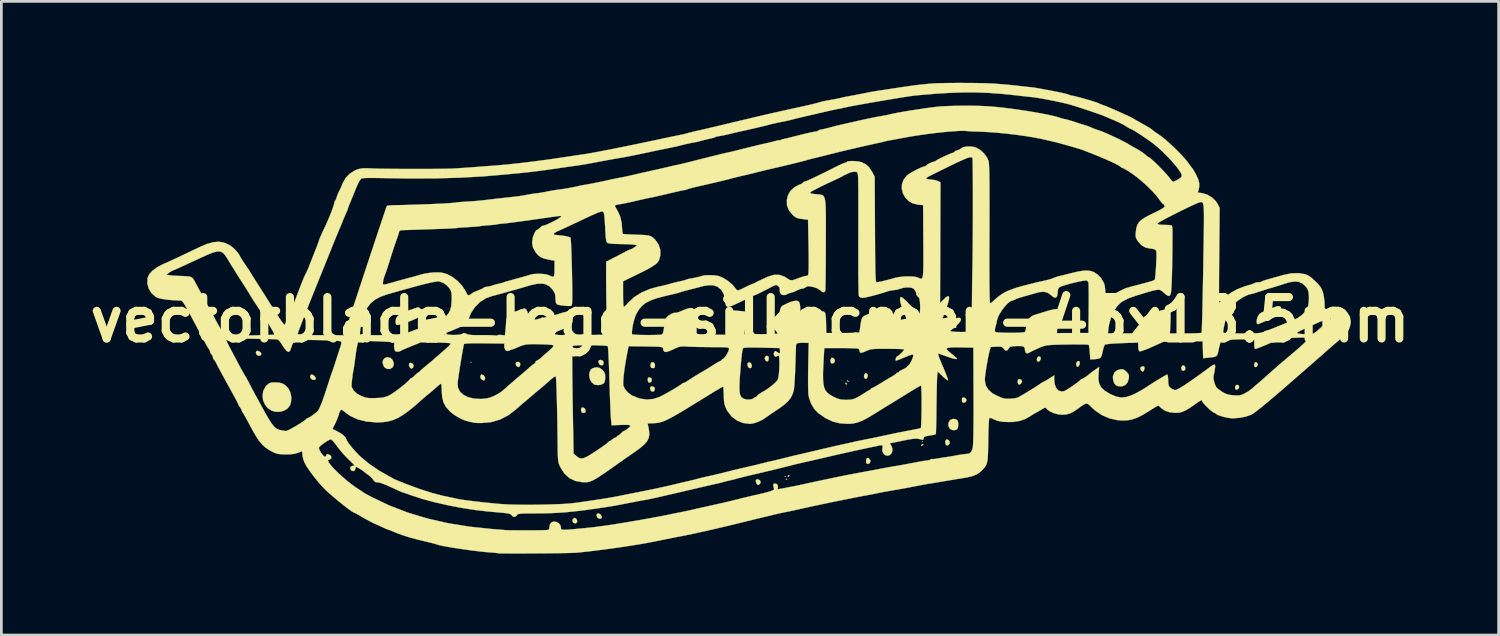
<source format=kicad_pcb>
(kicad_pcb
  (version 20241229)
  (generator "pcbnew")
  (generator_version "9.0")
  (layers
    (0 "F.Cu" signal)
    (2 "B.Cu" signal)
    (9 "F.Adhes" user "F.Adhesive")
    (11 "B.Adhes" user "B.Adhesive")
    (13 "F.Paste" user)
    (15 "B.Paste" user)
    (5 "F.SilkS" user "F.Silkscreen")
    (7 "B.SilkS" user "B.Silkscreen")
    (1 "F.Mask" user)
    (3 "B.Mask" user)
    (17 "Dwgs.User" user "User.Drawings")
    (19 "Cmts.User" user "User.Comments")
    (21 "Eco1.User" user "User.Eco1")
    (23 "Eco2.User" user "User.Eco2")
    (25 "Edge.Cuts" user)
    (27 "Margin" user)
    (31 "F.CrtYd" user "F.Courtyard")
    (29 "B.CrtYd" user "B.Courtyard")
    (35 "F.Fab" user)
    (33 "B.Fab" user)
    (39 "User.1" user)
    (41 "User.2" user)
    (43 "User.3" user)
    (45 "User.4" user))
  (footprint "vectorblade-logo-silkscreen-45x18.5mm"
    (layer "F.Cu")
    (at 24.573 8.726)
    (property "Reference" "vectorblade-logo-silkscreen-45x18.5mm" (at 0 0 0) (layer "F.SilkS") (effects (font (size 1.524 1.524) (thickness 0.3))))
    (attr through_hole)
    (fp_poly (pts (xy -10.261 1.564) (xy -10.278 1.581) (xy -10.295 1.564) (xy -10.278 1.548) (xy -10.261 1.564)) (stroke (width 0.01) (type solid)) (fill yes) (layer "F.SilkS"))
    (fp_poly (pts (xy 1.312 5.77) (xy 1.295 5.786) (xy 1.278 5.77) (xy 1.295 5.753) (xy 1.312 5.77)) (stroke (width 0.01) (type solid)) (fill yes) (layer "F.SilkS"))
    (fp_poly (pts (xy 6.358 4.491) (xy 6.342 4.508) (xy 6.325 4.491) (xy 6.342 4.474) (xy 6.358 4.491)) (stroke (width 0.01) (type solid)) (fill yes) (layer "F.SilkS"))
    (fp_poly (pts (xy 1.368 5.865) (xy 1.364 5.885) (xy 1.346 5.887) (xy 1.318 5.875) (xy 1.323 5.865) (xy 1.363 5.861) (xy 1.368 5.865)) (stroke (width 0.01) (type solid)) (fill yes) (layer "F.SilkS"))
    (fp_poly (pts (xy 3.595 2.234) (xy 3.63 2.265) (xy 3.633 2.273) (xy 3.617 2.287) (xy 3.584 2.256) (xy 3.58 2.249) (xy 3.576 2.226) (xy 3.595 2.234)) (stroke (width 0.01) (type solid)) (fill yes) (layer "F.SilkS"))
    (fp_poly (pts (xy 1.446 5.745) (xy 1.447 5.753) (xy 1.421 5.785) (xy 1.411 5.786) (xy 1.391 5.766) (xy 1.396 5.753) (xy 1.426 5.721) (xy 1.432 5.719) (xy 1.446 5.745)) (stroke (width 0.01) (type solid)) (fill yes) (layer "F.SilkS"))
    (fp_poly (pts (xy 3.565 2.346) (xy 3.566 2.355) (xy 3.555 2.388) (xy 3.551 2.389) (xy 3.523 2.365) (xy 3.516 2.355) (xy 3.518 2.324) (xy 3.53 2.321) (xy 3.565 2.346)) (stroke (width 0.01) (type solid)) (fill yes) (layer "F.SilkS"))
    (fp_poly (pts (xy 6.381 4.596) (xy 6.375 4.609) (xy 6.331 4.641) (xy 6.321 4.643) (xy 6.303 4.622) (xy 6.308 4.609) (xy 6.353 4.577) (xy 6.362 4.575) (xy 6.381 4.596)) (stroke (width 0.01) (type solid)) (fill yes) (layer "F.SilkS"))
    (fp_poly (pts (xy -8.472 1.593) (xy -8.461 1.648) (xy -8.483 1.72) (xy -8.534 1.743) (xy -8.591 1.712) (xy -8.613 1.681) (xy -8.631 1.603) (xy -8.594 1.557) (xy -8.524 1.553) (xy -8.472 1.593)) (stroke (width 0.01) (type solid)) (fill yes) (layer "F.SilkS"))
    (fp_poly (pts (xy 4.296 1.974) (xy 4.329 2.02) (xy 4.333 2.079) (xy 4.307 2.156) (xy 4.262 2.178) (xy 4.214 2.146) (xy 4.197 2.076) (xy 4.208 2.028) (xy 4.249 1.974) (xy 4.296 1.974)) (stroke (width 0.01) (type solid)) (fill yes) (layer "F.SilkS"))
    (fp_poly (pts (xy 12.132 1.531) (xy 12.145 1.591) (xy 12.13 1.666) (xy 12.095 1.718) (xy 12.054 1.734) (xy 12.025 1.705) (xy 12.013 1.615) (xy 12.043 1.545) (xy 12.086 1.52) (xy 12.132 1.531)) (stroke (width 0.01) (type solid)) (fill yes) (layer "F.SilkS"))
    (fp_poly (pts (xy 14.518 1.729) (xy 14.53 1.781) (xy 14.527 1.806) (xy 14.501 1.886) (xy 14.455 1.908) (xy 14.4 1.869) (xy 14.373 1.798) (xy 14.4 1.739) (xy 14.467 1.716) (xy 14.518 1.729)) (stroke (width 0.01) (type solid)) (fill yes) (layer "F.SilkS"))
    (fp_poly (pts (xy 17.977 2.405) (xy 18.013 2.453) (xy 18.01 2.509) (xy 17.969 2.557) (xy 17.914 2.576) (xy 17.884 2.566) (xy 17.863 2.506) (xy 17.88 2.436) (xy 17.918 2.399) (xy 17.977 2.405)) (stroke (width 0.01) (type solid)) (fill yes) (layer "F.SilkS"))
    (fp_poly (pts (xy -18.061 1.169) (xy -18.008 1.227) (xy -17.999 1.265) (xy -18.025 1.312) (xy -18.088 1.325) (xy -18.144 1.307) (xy -18.19 1.257) (xy -18.199 1.196) (xy -18.171 1.152) (xy -18.14 1.144) (xy -18.061 1.169)) (stroke (width 0.01) (type solid)) (fill yes) (layer "F.SilkS"))
    (fp_poly (pts (xy -9.81 2.047) (xy -9.764 2.115) (xy -9.756 2.158) (xy -9.775 2.223) (xy -9.827 2.232) (xy -9.882 2.202) (xy -9.925 2.146) (xy -9.934 2.08) (xy -9.91 2.03) (xy -9.877 2.019) (xy -9.81 2.047)) (stroke (width 0.01) (type solid)) (fill yes) (layer "F.SilkS"))
    (fp_poly (pts (xy -3.572 2.46) (xy -3.512 2.505) (xy -3.505 2.565) (xy -3.537 2.63) (xy -3.594 2.65) (xy -3.649 2.619) (xy -3.661 2.601) (xy -3.682 2.519) (xy -3.656 2.465) (xy -3.594 2.454) (xy -3.572 2.46)) (stroke (width 0.01) (type solid)) (fill yes) (layer "F.SilkS"))
    (fp_poly (pts (xy 0.046 1.617) (xy 0.067 1.699) (xy 0.067 1.703) (xy 0.047 1.768) (xy -0.001 1.786) (xy -0.053 1.761) (xy -0.088 1.695) (xy -0.09 1.611) (xy -0.065 1.58) (xy -0.003 1.572) (xy 0.046 1.617)) (stroke (width 0.01) (type solid)) (fill yes) (layer "F.SilkS"))
    (fp_poly (pts (xy 0.298 5.877) (xy 0.368 5.92) (xy 0.39 5.987) (xy 0.367 6.043) (xy 0.311 6.086) (xy 0.263 6.064) (xy 0.234 6.019) (xy 0.21 5.937) (xy 0.232 5.884) (xy 0.293 5.875) (xy 0.298 5.877)) (stroke (width 0.01) (type solid)) (fill yes) (layer "F.SilkS"))
    (fp_poly (pts (xy 7.88 2.866) (xy 7.943 2.899) (xy 7.97 2.958) (xy 7.952 3.017) (xy 7.935 3.032) (xy 7.859 3.06) (xy 7.816 3.03) (xy 7.805 2.958) (xy 7.813 2.886) (xy 7.845 2.864) (xy 7.88 2.866)) (stroke (width 0.01) (type solid)) (fill yes) (layer "F.SilkS"))
    (fp_poly (pts (xy 9.993 2.212) (xy 10.018 2.272) (xy 9.991 2.339) (xy 9.928 2.387) (xy 9.879 2.372) (xy 9.857 2.299) (xy 9.857 2.288) (xy 9.868 2.214) (xy 9.907 2.188) (xy 9.926 2.187) (xy 9.993 2.212)) (stroke (width 0.01) (type solid)) (fill yes) (layer "F.SilkS"))
    (fp_poly (pts (xy 10.68 1.36) (xy 10.699 1.381) (xy 10.708 1.447) (xy 10.676 1.513) (xy 10.621 1.547) (xy 10.613 1.548) (xy 10.574 1.518) (xy 10.564 1.462) (xy 10.583 1.392) (xy 10.629 1.353) (xy 10.68 1.36)) (stroke (width 0.01) (type solid)) (fill yes) (layer "F.SilkS"))
    (fp_poly (pts (xy 16.011 1.71) (xy 16.035 1.776) (xy 16.026 1.834) (xy 15.983 1.878) (xy 15.959 1.884) (xy 15.906 1.857) (xy 15.891 1.834) (xy 15.885 1.757) (xy 15.917 1.698) (xy 15.959 1.682) (xy 16.011 1.71)) (stroke (width 0.01) (type solid)) (fill yes) (layer "F.SilkS"))
    (fp_poly (pts (xy 18.668 1.579) (xy 18.7 1.631) (xy 18.689 1.695) (xy 18.643 1.739) (xy 18.629 1.743) (xy 18.584 1.733) (xy 18.571 1.671) (xy 18.571 1.67) (xy 18.585 1.587) (xy 18.629 1.563) (xy 18.668 1.579)) (stroke (width 0.01) (type solid)) (fill yes) (layer "F.SilkS"))
    (fp_poly (pts (xy -16.079 2.042) (xy -16.025 2.095) (xy -15.993 2.153) (xy -15.996 2.185) (xy -16.049 2.218) (xy -16.12 2.208) (xy -16.178 2.16) (xy -16.182 2.152) (xy -16.202 2.075) (xy -16.173 2.027) (xy -16.135 2.019) (xy -16.079 2.042)) (stroke (width 0.01) (type solid)) (fill yes) (layer "F.SilkS"))
    (fp_poly (pts (xy -12.419 1.627) (xy -12.39 1.692) (xy -12.411 1.76) (xy -12.417 1.767) (xy -12.461 1.8) (xy -12.5 1.783) (xy -12.526 1.755) (xy -12.561 1.688) (xy -12.557 1.624) (xy -12.519 1.588) (xy -12.489 1.588) (xy -12.419 1.627)) (stroke (width 0.01) (type solid)) (fill yes) (layer "F.SilkS"))
    (fp_poly (pts (xy -6.402 7.329) (xy -6.368 7.392) (xy -6.371 7.46) (xy -6.375 7.468) (xy -6.428 7.5) (xy -6.495 7.483) (xy -6.516 7.466) (xy -6.54 7.405) (xy -6.522 7.34) (xy -6.472 7.302) (xy -6.458 7.3) (xy -6.402 7.329)) (stroke (width 0.01) (type solid)) (fill yes) (layer "F.SilkS"))
    (fp_poly (pts (xy -5.524 7.158) (xy -5.475 7.216) (xy -5.46 7.28) (xy -5.467 7.301) (xy -5.519 7.332) (xy -5.588 7.313) (xy -5.612 7.294) (xy -5.649 7.227) (xy -5.644 7.166) (xy -5.598 7.133) (xy -5.586 7.132) (xy -5.524 7.158)) (stroke (width 0.01) (type solid)) (fill yes) (layer "F.SilkS"))
    (fp_poly (pts (xy -5.442 1.496) (xy -5.4 1.545) (xy -5.4 1.547) (xy -5.396 1.631) (xy -5.434 1.677) (xy -5.497 1.675) (xy -5.544 1.642) (xy -5.58 1.574) (xy -5.585 1.541) (xy -5.56 1.493) (xy -5.504 1.478) (xy -5.442 1.496)) (stroke (width 0.01) (type solid)) (fill yes) (layer "F.SilkS"))
    (fp_poly (pts (xy -3.692 2.126) (xy -3.632 2.155) (xy -3.617 2.22) (xy -3.638 2.287) (xy -3.688 2.319) (xy -3.743 2.301) (xy -3.744 2.3) (xy -3.763 2.251) (xy -3.768 2.196) (xy -3.755 2.136) (xy -3.706 2.124) (xy -3.692 2.126)) (stroke (width 0.01) (type solid)) (fill yes) (layer "F.SilkS"))
    (fp_poly (pts (xy 0.672 1.346) (xy 0.689 1.406) (xy 0.69 1.427) (xy 0.674 1.51) (xy 0.635 1.539) (xy 0.58 1.507) (xy 0.574 1.5) (xy 0.543 1.428) (xy 0.558 1.363) (xy 0.611 1.33) (xy 0.623 1.329) (xy 0.672 1.346)) (stroke (width 0.01) (type solid)) (fill yes) (layer "F.SilkS"))
    (fp_poly (pts (xy 3.068 1.408) (xy 3.112 1.46) (xy 3.123 1.533) (xy 3.123 1.537) (xy 3.087 1.591) (xy 3.027 1.611) (xy 2.984 1.594) (xy 2.961 1.535) (xy 2.968 1.461) (xy 2.999 1.407) (xy 3.009 1.402) (xy 3.068 1.408)) (stroke (width 0.01) (type solid)) (fill yes) (layer "F.SilkS"))
    (fp_poly (pts (xy 4.41 5.138) (xy 4.435 5.205) (xy 4.434 5.228) (xy 4.402 5.288) (xy 4.344 5.313) (xy 4.296 5.294) (xy 4.275 5.238) (xy 4.277 5.162) (xy 4.299 5.103) (xy 4.308 5.096) (xy 4.361 5.095) (xy 4.41 5.138)) (stroke (width 0.01) (type solid)) (fill yes) (layer "F.SilkS"))
    (fp_poly (pts (xy 7.315 4.434) (xy 7.354 4.496) (xy 7.349 4.563) (xy 7.347 4.568) (xy 7.289 4.627) (xy 7.234 4.623) (xy 7.207 4.589) (xy 7.188 4.516) (xy 7.201 4.446) (xy 7.239 4.408) (xy 7.25 4.407) (xy 7.315 4.434)) (stroke (width 0.01) (type solid)) (fill yes) (layer "F.SilkS"))
    (fp_poly (pts (xy -6.148 3.236) (xy -6.091 3.267) (xy -6.06 3.324) (xy -6.058 3.385) (xy -6.089 3.426) (xy -6.115 3.432) (xy -6.18 3.421) (xy -6.201 3.409) (xy -6.219 3.361) (xy -6.224 3.306) (xy -6.211 3.246) (xy -6.161 3.234) (xy -6.148 3.236)) (stroke (width 0.01) (type solid)) (fill yes) (layer "F.SilkS"))
    (fp_poly (pts (xy -3.507 1.626) (xy -3.499 1.686) (xy -3.511 1.759) (xy -3.554 1.783) (xy -3.56 1.783) (xy -3.624 1.772) (xy -3.645 1.761) (xy -3.666 1.705) (xy -3.662 1.633) (xy -3.637 1.579) (xy -3.625 1.572) (xy -3.549 1.571) (xy -3.507 1.626)) (stroke (width 0.01) (type solid)) (fill yes) (layer "F.SilkS"))
    (fp_poly (pts (xy -13.236 1.409) (xy -13.164 1.483) (xy -13.125 1.581) (xy -13.128 1.684) (xy -13.173 1.764) (xy -13.264 1.812) (xy -13.367 1.81) (xy -13.456 1.758) (xy -13.477 1.732) (xy -13.527 1.614) (xy -13.522 1.507) (xy -13.47 1.425) (xy -13.374 1.383) (xy -13.333 1.379) (xy -13.236 1.409)) (stroke (width 0.01) (type solid)) (fill yes) (layer "F.SilkS"))
    (fp_poly (pts (xy 7.581 3.663) (xy 7.645 3.714) (xy 7.666 3.784) (xy 7.669 3.882) (xy 7.655 3.976) (xy 7.63 4.03) (xy 7.553 4.066) (xy 7.455 4.063) (xy 7.369 4.022) (xy 7.356 4.009) (xy 7.306 3.911) (xy 7.306 3.804) (xy 7.355 3.712) (xy 7.386 3.686) (xy 7.484 3.651) (xy 7.581 3.663)) (stroke (width 0.01) (type solid)) (fill yes) (layer "F.SilkS"))
    (fp_poly (pts (xy -5.53 1.777) (xy -5.431 1.853) (xy -5.367 1.933) (xy -5.338 2.018) (xy -5.332 2.12) (xy -5.345 2.253) (xy -5.382 2.335) (xy -5.385 2.338) (xy -5.475 2.389) (xy -5.594 2.408) (xy -5.71 2.394) (xy -5.749 2.377) (xy -5.841 2.294) (xy -5.899 2.181) (xy -5.923 2.055) (xy -5.911 1.934) (xy -5.862 1.836) (xy -5.799 1.787) (xy -5.656 1.75) (xy -5.53 1.777)) (stroke (width 0.01) (type solid)) (fill yes) (layer "F.SilkS"))
    (fp_poly (pts (xy 13.787 1.848) (xy 13.863 1.915) (xy 13.93 1.991) (xy 13.956 2.059) (xy 13.953 2.149) (xy 13.952 2.158) (xy 13.907 2.305) (xy 13.822 2.405) (xy 13.704 2.452) (xy 13.661 2.455) (xy 13.564 2.446) (xy 13.491 2.424) (xy 13.487 2.422) (xy 13.42 2.35) (xy 13.377 2.238) (xy 13.365 2.115) (xy 13.37 2.074) (xy 13.421 1.945) (xy 13.521 1.863) (xy 13.636 1.828) (xy 13.721 1.823) (xy 13.787 1.848)) (stroke (width 0.01) (type solid)) (fill yes) (layer "F.SilkS"))
    (fp_poly (pts (xy -12.128 -0.397) (xy -12.058 -0.326) (xy -12.039 -0.256) (xy -12.074 -0.187) (xy -12.166 -0.114) (xy -12.317 -0.035) (xy -12.53 0.053) (xy -12.599 0.079) (xy -12.775 0.141) (xy -12.898 0.178) (xy -12.977 0.193) (xy -13.021 0.187) (xy -13.029 0.181) (xy -13.046 0.134) (xy -13.053 0.051) (xy -13.053 0.047) (xy -13.034 -0.055) (xy -12.971 -0.143) (xy -12.859 -0.224) (xy -12.69 -0.301) (xy -12.539 -0.355) (xy -12.211 -0.463) (xy -12.128 -0.397)) (stroke (width 0.01) (type solid)) (fill yes) (layer "F.SilkS"))
    (fp_poly (pts (xy -17.468 2.309) (xy -17.321 2.321) (xy -17.213 2.352) (xy -17.14 2.393) (xy -17.011 2.518) (xy -16.927 2.681) (xy -16.892 2.865) (xy -16.91 3.054) (xy -16.939 3.141) (xy -17.023 3.259) (xy -17.15 3.343) (xy -17.306 3.389) (xy -17.472 3.39) (xy -17.614 3.35) (xy -17.763 3.253) (xy -17.87 3.116) (xy -17.935 2.954) (xy -17.953 2.782) (xy -17.923 2.613) (xy -17.843 2.462) (xy -17.783 2.398) (xy -17.716 2.346) (xy -17.649 2.318) (xy -17.556 2.309) (xy -17.468 2.309)) (stroke (width 0.01) (type solid)) (fill yes) (layer "F.SilkS"))
    (fp_poly (pts (xy 19.538 -0.478) (xy 19.575 -0.411) (xy 19.574 -0.323) (xy 19.532 -0.233) (xy 19.515 -0.212) (xy 19.454 -0.167) (xy 19.35 -0.11) (xy 19.222 -0.05) (xy 19.187 -0.036) (xy 19.05 0.021) (xy 18.924 0.074) (xy 18.831 0.114) (xy 18.818 0.12) (xy 18.734 0.156) (xy 18.691 0.162) (xy 18.671 0.133) (xy 18.66 0.096) (xy 18.662 0.004) (xy 18.696 -0.106) (xy 18.752 -0.199) (xy 18.777 -0.225) (xy 18.839 -0.263) (xy 18.944 -0.313) (xy 19.074 -0.37) (xy 19.21 -0.424) (xy 19.334 -0.47) (xy 19.428 -0.498) (xy 19.466 -0.505) (xy 19.538 -0.478)) (stroke (width 0.01) (type solid)) (fill yes) (layer "F.SilkS"))
    (fp_poly (pts (xy 7.946 -8.72) (xy 8.228 -8.718) (xy 8.491 -8.714) (xy 8.72 -8.708) (xy 8.903 -8.701) (xy 8.966 -8.697) (xy 9.219 -8.678) (xy 9.423 -8.661) (xy 9.595 -8.645) (xy 9.751 -8.629) (xy 9.91 -8.611) (xy 9.941 -8.607) (xy 10.09 -8.59) (xy 10.225 -8.575) (xy 10.323 -8.565) (xy 10.345 -8.563) (xy 10.447 -8.552) (xy 10.565 -8.533) (xy 10.581 -8.531) (xy 10.664 -8.515) (xy 10.797 -8.49) (xy 10.961 -8.46) (xy 11.14 -8.427) (xy 11.169 -8.421) (xy 11.347 -8.387) (xy 11.509 -8.351) (xy 11.641 -8.319) (xy 11.726 -8.294) (xy 11.735 -8.29) (xy 11.815 -8.261) (xy 11.866 -8.249) (xy 11.87 -8.249) (xy 11.914 -8.243) (xy 12.008 -8.221) (xy 12.137 -8.187) (xy 12.287 -8.146) (xy 12.443 -8.102) (xy 12.59 -8.058) (xy 12.715 -8.019) (xy 12.802 -7.988) (xy 12.835 -7.973) (xy 12.886 -7.948) (xy 12.973 -7.915) (xy 13.003 -7.905) (xy 13.086 -7.874) (xy 13.213 -7.823) (xy 13.367 -7.757) (xy 13.524 -7.687) (xy 13.676 -7.619) (xy 13.808 -7.559) (xy 13.908 -7.515) (xy 13.96 -7.491) (xy 13.962 -7.49) (xy 14.015 -7.463) (xy 14.107 -7.412) (xy 14.214 -7.351) (xy 14.349 -7.274) (xy 14.489 -7.195) (xy 14.58 -7.146) (xy 14.688 -7.084) (xy 14.78 -7.021) (xy 14.815 -6.993) (xy 14.893 -6.93) (xy 14.99 -6.864) (xy 15.005 -6.855) (xy 15.137 -6.764) (xy 15.3 -6.632) (xy 15.48 -6.473) (xy 15.665 -6.299) (xy 15.841 -6.122) (xy 15.997 -5.954) (xy 16.119 -5.807) (xy 16.158 -5.753) (xy 16.22 -5.665) (xy 16.268 -5.603) (xy 16.285 -5.585) (xy 16.311 -5.549) (xy 16.359 -5.469) (xy 16.418 -5.361) (xy 16.43 -5.338) (xy 16.51 -5.166) (xy 16.546 -5.021) (xy 16.543 -4.883) (xy 16.522 -4.789) (xy 16.492 -4.684) (xy 16.654 -4.663) (xy 16.837 -4.608) (xy 17.012 -4.504) (xy 17.156 -4.366) (xy 17.219 -4.27) (xy 17.297 -4.121) (xy 17.28 -2.38) (xy 17.277 -2.045) (xy 17.275 -1.731) (xy 17.273 -1.445) (xy 17.273 -1.192) (xy 17.273 -0.979) (xy 17.274 -0.813) (xy 17.275 -0.699) (xy 17.278 -0.643) (xy 17.279 -0.639) (xy 17.301 -0.649) (xy 17.344 -0.682) (xy 17.417 -0.748) (xy 17.529 -0.852) (xy 17.54 -0.862) (xy 17.713 -0.995) (xy 17.935 -1.117) (xy 18.188 -1.219) (xy 18.335 -1.263) (xy 18.451 -1.297) (xy 18.542 -1.329) (xy 18.586 -1.351) (xy 18.639 -1.371) (xy 18.724 -1.379) (xy 18.726 -1.379) (xy 18.804 -1.386) (xy 18.845 -1.404) (xy 18.845 -1.405) (xy 18.881 -1.425) (xy 18.966 -1.455) (xy 19.083 -1.491) (xy 19.126 -1.503) (xy 19.297 -1.55) (xy 19.486 -1.603) (xy 19.647 -1.649) (xy 19.941 -1.709) (xy 20.218 -1.716) (xy 20.445 -1.677) (xy 20.553 -1.633) (xy 20.666 -1.556) (xy 20.8 -1.436) (xy 20.824 -1.413) (xy 20.937 -1.297) (xy 21.012 -1.204) (xy 21.061 -1.115) (xy 21.098 -1.01) (xy 21.104 -0.99) (xy 21.136 -0.837) (xy 21.157 -0.67) (xy 21.161 -0.583) (xy 21.162 -0.471) (xy 21.171 -0.412) (xy 21.193 -0.391) (xy 21.236 -0.394) (xy 21.246 -0.396) (xy 21.317 -0.418) (xy 21.349 -0.441) (xy 21.396 -0.464) (xy 21.487 -0.473) (xy 21.601 -0.469) (xy 21.714 -0.454) (xy 21.805 -0.429) (xy 21.835 -0.413) (xy 21.995 -0.271) (xy 22.092 -0.112) (xy 22.125 0.06) (xy 22.12 0.13) (xy 22.094 0.256) (xy 22.05 0.367) (xy 21.979 0.474) (xy 21.872 0.59) (xy 21.72 0.729) (xy 21.682 0.761) (xy 21.534 0.888) (xy 21.378 1.023) (xy 21.236 1.147) (xy 21.161 1.213) (xy 20.702 1.617) (xy 20.29 1.977) (xy 19.925 2.295) (xy 19.605 2.572) (xy 19.327 2.81) (xy 19.09 3.011) (xy 18.893 3.175) (xy 18.732 3.304) (xy 18.608 3.4) (xy 18.517 3.465) (xy 18.458 3.499) (xy 18.456 3.5) (xy 18.252 3.569) (xy 18.02 3.613) (xy 17.793 3.629) (xy 17.702 3.625) (xy 17.581 3.607) (xy 17.451 3.578) (xy 17.328 3.543) (xy 17.227 3.506) (xy 17.167 3.472) (xy 17.158 3.457) (xy 17.13 3.435) (xy 17.106 3.432) (xy 17.059 3.409) (xy 16.983 3.35) (xy 16.891 3.268) (xy 16.798 3.178) (xy 16.718 3.093) (xy 16.666 3.027) (xy 16.653 2.998) (xy 16.646 2.97) (xy 16.619 2.967) (xy 16.564 2.995) (xy 16.471 3.056) (xy 16.367 3.13) (xy 16.186 3.254) (xy 16.041 3.34) (xy 15.916 3.394) (xy 15.796 3.422) (xy 15.667 3.43) (xy 15.661 3.43) (xy 15.457 3.408) (xy 15.278 3.346) (xy 15.141 3.251) (xy 15.125 3.234) (xy 15.07 3.182) (xy 15.034 3.162) (xy 14.996 3.18) (xy 14.915 3.226) (xy 14.804 3.294) (xy 14.715 3.351) (xy 14.473 3.498) (xy 14.266 3.604) (xy 14.077 3.671) (xy 13.892 3.705) (xy 13.696 3.71) (xy 13.529 3.697) (xy 13.242 3.634) (xy 12.963 3.513) (xy 12.711 3.344) (xy 12.593 3.236) (xy 12.509 3.151) (xy 12.445 3.101) (xy 12.386 3.087) (xy 12.317 3.108) (xy 12.223 3.168) (xy 12.091 3.265) (xy 12.084 3.27) (xy 11.915 3.385) (xy 11.768 3.456) (xy 11.622 3.491) (xy 11.494 3.499) (xy 11.334 3.481) (xy 11.172 3.434) (xy 11.03 3.367) (xy 10.933 3.288) (xy 10.932 3.286) (xy 10.899 3.25) (xy 10.867 3.239) (xy 10.817 3.257) (xy 10.732 3.307) (xy 10.703 3.325) (xy 10.609 3.381) (xy 10.541 3.42) (xy 10.516 3.432) (xy 10.483 3.449) (xy 10.411 3.493) (xy 10.323 3.55) (xy 10.126 3.66) (xy 9.921 3.729) (xy 9.689 3.763) (xy 9.519 3.768) (xy 9.294 3.757) (xy 9.111 3.72) (xy 8.946 3.653) (xy 8.903 3.63) (xy 8.842 3.613) (xy 8.813 3.622) (xy 8.805 3.662) (xy 8.797 3.76) (xy 8.789 3.906) (xy 8.782 4.09) (xy 8.777 4.302) (xy 8.774 4.441) (xy 8.77 4.705) (xy 8.764 4.912) (xy 8.756 5.07) (xy 8.743 5.19) (xy 8.724 5.28) (xy 8.697 5.351) (xy 8.66 5.412) (xy 8.613 5.473) (xy 8.588 5.501) (xy 8.477 5.61) (xy 8.351 5.693) (xy 8.197 5.757) (xy 8 5.806) (xy 7.805 5.839) (xy 7.697 5.856) (xy 7.607 5.87) (xy 7.586 5.873) (xy 7.518 5.885) (xy 7.41 5.903) (xy 7.309 5.92) (xy 7.15 5.946) (xy 6.976 5.976) (xy 6.888 5.991) (xy 6.762 6.012) (xy 6.652 6.03) (xy 6.594 6.039) (xy 6.531 6.049) (xy 6.416 6.07) (xy 6.266 6.098) (xy 6.094 6.13) (xy 6.056 6.138) (xy 5.865 6.174) (xy 5.708 6.204) (xy 5.564 6.23) (xy 5.413 6.257) (xy 5.236 6.287) (xy 5.013 6.325) (xy 5.004 6.327) (xy 4.87 6.351) (xy 4.744 6.376) (xy 4.676 6.391) (xy 4.582 6.411) (xy 4.45 6.437) (xy 4.323 6.461) (xy 4.13 6.496) (xy 3.885 6.543) (xy 3.601 6.6) (xy 3.291 6.662) (xy 2.969 6.728) (xy 2.649 6.795) (xy 2.342 6.86) (xy 2.064 6.92) (xy 1.827 6.973) (xy 1.699 7.002) (xy 1.595 7.025) (xy 1.456 7.054) (xy 1.329 7.079) (xy 1.247 7.096) (xy 1.149 7.117) (xy 1.028 7.144) (xy 0.879 7.179) (xy 0.696 7.223) (xy 0.472 7.277) (xy 0.201 7.342) (xy -0.122 7.421) (xy -0.504 7.515) (xy -0.535 7.523) (xy -0.863 7.602) (xy -1.197 7.681) (xy -1.526 7.757) (xy -1.836 7.826) (xy -2.115 7.887) (xy -2.348 7.935) (xy -2.456 7.956) (xy -2.637 7.991) (xy -2.86 8.035) (xy -3.103 8.083) (xy -3.343 8.132) (xy -3.549 8.174) (xy -3.788 8.22) (xy -4.079 8.271) (xy -4.41 8.324) (xy -4.767 8.378) (xy -5.137 8.43) (xy -5.504 8.478) (xy -5.857 8.522) (xy -6.18 8.558) (xy -6.392 8.579) (xy -6.474 8.583) (xy -6.608 8.588) (xy -6.786 8.592) (xy -7 8.596) (xy -7.241 8.599) (xy -7.501 8.602) (xy -7.771 8.604) (xy -8.043 8.606) (xy -8.309 8.607) (xy -8.559 8.608) (xy -8.786 8.607) (xy -8.981 8.606) (xy -9.135 8.604) (xy -9.241 8.602) (xy -9.289 8.598) (xy -9.291 8.597) (xy -9.327 8.591) (xy -9.415 8.581) (xy -9.538 8.571) (xy -9.605 8.566) (xy -9.779 8.552) (xy -9.986 8.529) (xy -10.217 8.501) (xy -10.459 8.468) (xy -10.701 8.433) (xy -10.933 8.397) (xy -11.142 8.362) (xy -11.318 8.329) (xy -11.449 8.301) (xy -11.523 8.279) (xy -11.582 8.26) (xy -11.69 8.23) (xy -11.831 8.195) (xy -11.96 8.164) (xy -12.291 8.083) (xy -12.571 8.006) (xy -12.815 7.928) (xy -13.038 7.845) (xy -13.145 7.8) (xy -13.234 7.763) (xy -13.295 7.741) (xy -13.307 7.738) (xy -13.346 7.725) (xy -13.426 7.691) (xy -13.501 7.657) (xy -13.639 7.594) (xy -13.786 7.527) (xy -13.844 7.501) (xy -13.951 7.449) (xy -14.091 7.375) (xy -14.239 7.293) (xy -14.291 7.263) (xy -14.412 7.192) (xy -14.512 7.137) (xy -14.575 7.104) (xy -14.59 7.099) (xy -14.635 7.078) (xy -14.72 7.02) (xy -14.837 6.934) (xy -14.976 6.826) (xy -15.127 6.705) (xy -15.28 6.578) (xy -15.427 6.453) (xy -15.557 6.338) (xy -15.658 6.242) (xy -15.806 6.085) (xy -15.961 5.904) (xy -16.111 5.713) (xy -16.245 5.529) (xy -16.351 5.365) (xy -16.405 5.265) (xy -16.451 5.144) (xy -16.48 5.023) (xy -16.484 4.971) (xy -16.488 4.89) (xy -16.498 4.847) (xy -16.501 4.845) (xy -16.539 4.856) (xy -16.617 4.886) (xy -16.661 4.903) (xy -16.779 4.938) (xy -16.93 4.956) (xy -17.107 4.959) (xy -17.268 4.954) (xy -17.386 4.94) (xy -17.482 4.913) (xy -17.578 4.87) (xy -17.726 4.788) (xy -17.826 4.719) (xy -15.879 4.719) (xy -15.861 4.786) (xy -15.815 4.874) (xy -15.755 4.96) (xy -15.696 5.024) (xy -15.656 5.046) (xy -15.615 5.019) (xy -15.61 4.996) (xy -15.587 4.952) (xy -15.528 4.954) (xy -15.46 4.991) (xy -15.42 5.049) (xy -15.425 5.109) (xy -15.472 5.145) (xy -15.491 5.147) (xy -15.537 5.168) (xy -15.543 5.186) (xy -15.517 5.253) (xy -15.445 5.351) (xy -15.336 5.474) (xy -15.199 5.612) (xy -15.04 5.759) (xy -14.87 5.906) (xy -14.697 6.045) (xy -14.529 6.169) (xy -14.374 6.27) (xy -14.365 6.276) (xy -14.291 6.324) (xy -14.26 6.347) (xy -14.211 6.379) (xy -14.118 6.432) (xy -13.998 6.497) (xy -13.928 6.534) (xy -13.282 6.842) (xy -12.604 7.103) (xy -11.889 7.319) (xy -11.133 7.491) (xy -10.331 7.621) (xy -9.538 7.704) (xy -9.36 7.719) (xy -9.199 7.732) (xy -9.072 7.742) (xy -8.994 7.749) (xy -8.983 7.75) (xy -8.925 7.752) (xy -8.812 7.754) (xy -8.653 7.755) (xy -8.459 7.756) (xy -8.242 7.756) (xy -8.141 7.756) (xy -7.897 7.755) (xy -7.712 7.754) (xy -7.578 7.751) (xy -7.488 7.746) (xy -7.432 7.737) (xy -7.402 7.725) (xy -7.392 7.709) (xy -7.392 7.687) (xy -7.385 7.606) (xy -7.363 7.527) (xy -7.306 7.457) (xy -7.222 7.432) (xy -7.128 7.446) (xy -7.043 7.494) (xy -6.982 7.571) (xy -6.964 7.654) (xy -6.964 7.683) (xy -6.958 7.706) (xy -6.94 7.723) (xy -6.904 7.733) (xy -6.842 7.737) (xy -6.747 7.734) (xy -6.614 7.724) (xy -6.434 7.708) (xy -6.202 7.686) (xy -5.911 7.657) (xy -5.871 7.653) (xy -5.748 7.639) (xy -5.636 7.625) (xy -5.601 7.62) (xy -5.498 7.605) (xy -5.38 7.59) (xy -5.366 7.588) (xy -5.237 7.571) (xy -5.054 7.543) (xy -4.829 7.507) (xy -4.573 7.465) (xy -4.299 7.418) (xy -4.018 7.37) (xy -3.743 7.321) (xy -3.485 7.274) (xy -3.257 7.231) (xy -3.069 7.194) (xy -2.935 7.166) (xy -2.927 7.164) (xy -2.801 7.137) (xy -2.654 7.108) (xy -2.59 7.096) (xy -2.464 7.072) (xy -2.305 7.038) (xy -2.146 7.003) (xy -2.136 7.001) (xy -1.977 6.964) (xy -1.786 6.92) (xy -1.595 6.878) (xy -1.531 6.864) (xy -1.28 6.808) (xy -1.04 6.754) (xy -0.819 6.703) (xy -0.631 6.658) (xy -0.485 6.622) (xy -0.393 6.598) (xy -0.387 6.597) (xy -0.318 6.578) (xy -0.198 6.549) (xy -0.043 6.513) (xy 0.132 6.472) (xy 0.185 6.46) (xy 0.437 6.402) (xy 0.627 6.353) (xy 0.762 6.313) (xy 0.845 6.28) (xy 0.884 6.251) (xy 0.887 6.238) (xy 0.874 6.183) (xy 0.859 6.131) (xy 0.857 6.063) (xy 0.89 6.035) (xy 0.962 6.037) (xy 1.016 6.085) (xy 1.032 6.16) (xy 1.029 6.174) (xy 1.01 6.248) (xy 1.271 6.199) (xy 1.48 6.159) (xy 1.65 6.126) (xy 1.808 6.093) (xy 1.982 6.055) (xy 2.052 6.04) (xy 2.194 6.009) (xy 2.374 5.97) (xy 2.567 5.929) (xy 2.691 5.902) (xy 2.864 5.866) (xy 3.031 5.831) (xy 3.17 5.802) (xy 3.246 5.786) (xy 3.345 5.766) (xy 3.492 5.737) (xy 3.671 5.702) (xy 3.865 5.665) (xy 4.055 5.629) (xy 4.226 5.597) (xy 4.36 5.573) (xy 4.424 5.561) (xy 4.509 5.546) (xy 4.632 5.522) (xy 4.76 5.497) (xy 4.895 5.471) (xy 5.069 5.439) (xy 5.258 5.406) (xy 5.383 5.385) (xy 5.585 5.35) (xy 5.809 5.309) (xy 6.02 5.27) (xy 6.117 5.251) (xy 6.27 5.221) (xy 6.406 5.198) (xy 6.506 5.184) (xy 6.544 5.181) (xy 6.614 5.168) (xy 6.645 5.147) (xy 6.683 5.126) (xy 6.694 5.13) (xy 6.74 5.133) (xy 6.829 5.124) (xy 6.902 5.112) (xy 7.04 5.087) (xy 7.181 5.065) (xy 7.233 5.058) (xy 7.347 5.042) (xy 7.493 5.017) (xy 7.62 4.993) (xy 7.753 4.969) (xy 7.872 4.952) (xy 7.95 4.945) (xy 8.065 4.93) (xy 8.14 4.878) (xy 8.188 4.776) (xy 8.205 4.702) (xy 8.214 4.623) (xy 8.221 4.48) (xy 8.226 4.275) (xy 8.23 4.013) (xy 8.233 3.697) (xy 8.234 3.328) (xy 8.233 2.911) (xy 8.233 2.775) (xy 8.231 2.223) (xy 8.646 2.223) (xy 8.678 2.408) (xy 8.772 2.57) (xy 8.927 2.707) (xy 9.026 2.764) (xy 9.149 2.823) (xy 9.262 2.871) (xy 9.336 2.896) (xy 9.444 2.91) (xy 9.585 2.91) (xy 9.727 2.898) (xy 9.836 2.875) (xy 9.842 2.873) (xy 9.899 2.845) (xy 10 2.789) (xy 10.129 2.713) (xy 10.275 2.625) (xy 10.422 2.534) (xy 10.557 2.448) (xy 10.653 2.383) (xy 10.737 2.328) (xy 10.797 2.294) (xy 10.812 2.288) (xy 10.848 2.271) (xy 10.924 2.227) (xy 11.017 2.169) (xy 11.203 2.05) (xy 11.203 2.198) (xy 11.222 2.375) (xy 11.276 2.513) (xy 11.359 2.605) (xy 11.465 2.644) (xy 11.57 2.63) (xy 11.631 2.599) (xy 11.726 2.542) (xy 11.839 2.467) (xy 11.955 2.387) (xy 12.059 2.311) (xy 12.137 2.249) (xy 12.173 2.212) (xy 12.173 2.212) (xy 12.211 2.187) (xy 12.216 2.187) (xy 12.263 2.168) (xy 12.341 2.121) (xy 12.428 2.059) (xy 12.504 1.997) (xy 12.508 1.993) (xy 12.561 1.951) (xy 12.646 1.888) (xy 12.707 1.846) (xy 12.86 1.74) (xy 12.837 1.992) (xy 12.831 2.198) (xy 12.863 2.362) (xy 12.939 2.497) (xy 13.066 2.615) (xy 13.252 2.728) (xy 13.277 2.741) (xy 13.481 2.828) (xy 13.668 2.864) (xy 13.853 2.849) (xy 14.055 2.782) (xy 14.171 2.728) (xy 14.316 2.651) (xy 14.461 2.569) (xy 14.578 2.497) (xy 14.592 2.487) (xy 14.728 2.397) (xy 14.875 2.303) (xy 15.022 2.212) (xy 15.157 2.131) (xy 15.267 2.067) (xy 15.342 2.028) (xy 15.367 2.019) (xy 15.384 2.049) (xy 15.396 2.129) (xy 15.4 2.228) (xy 15.405 2.349) (xy 15.421 2.426) (xy 15.455 2.48) (xy 15.491 2.514) (xy 15.575 2.567) (xy 15.657 2.59) (xy 15.66 2.59) (xy 15.72 2.573) (xy 15.821 2.522) (xy 15.965 2.434) (xy 16.153 2.309) (xy 16.388 2.145) (xy 16.671 1.941) (xy 16.967 1.724) (xy 17.061 1.663) (xy 17.113 1.653) (xy 17.132 1.699) (xy 17.123 1.805) (xy 17.121 1.818) (xy 17.101 1.932) (xy 17.08 2.027) (xy 17.072 2.057) (xy 17.068 2.141) (xy 17.087 2.256) (xy 17.122 2.376) (xy 17.167 2.473) (xy 17.184 2.498) (xy 17.24 2.548) (xy 17.33 2.615) (xy 17.396 2.66) (xy 17.507 2.721) (xy 17.617 2.758) (xy 17.758 2.778) (xy 17.805 2.782) (xy 17.942 2.79) (xy 18.04 2.783) (xy 18.125 2.759) (xy 18.218 2.715) (xy 18.337 2.646) (xy 18.448 2.568) (xy 18.491 2.532) (xy 18.583 2.449) (xy 18.675 2.372) (xy 18.687 2.362) (xy 18.752 2.308) (xy 18.85 2.223) (xy 18.966 2.121) (xy 19.036 2.058) (xy 19.402 1.735) (xy 19.796 1.397) (xy 20.032 1.198) (xy 20.227 1.032) (xy 20.379 0.893) (xy 20.487 0.786) (xy 20.545 0.712) (xy 20.555 0.685) (xy 20.54 0.669) (xy 20.486 0.659) (xy 20.388 0.655) (xy 20.238 0.657) (xy 20.059 0.664) (xy 19.563 0.684) (xy 19.109 0.88) (xy 18.945 0.949) (xy 18.802 1.008) (xy 18.691 1.051) (xy 18.624 1.074) (xy 18.613 1.076) (xy 18.585 1.047) (xy 18.572 0.956) (xy 18.571 0.889) (xy 18.571 0.701) (xy 17.973 0.724) (xy 17.779 0.732) (xy 17.608 0.742) (xy 17.472 0.753) (xy 17.382 0.763) (xy 17.35 0.771) (xy 17.331 0.814) (xy 17.305 0.906) (xy 17.275 1.029) (xy 17.266 1.073) (xy 17.238 1.205) (xy 17.212 1.29) (xy 17.172 1.34) (xy 17.105 1.368) (xy 16.996 1.384) (xy 16.881 1.397) (xy 16.689 1.417) (xy 16.68 1.104) (xy 16.67 0.791) (xy 15.946 0.801) (xy 15.223 0.812) (xy 14.81 0.998) (xy 14.654 1.065) (xy 14.517 1.119) (xy 14.413 1.154) (xy 14.353 1.166) (xy 14.347 1.165) (xy 14.312 1.117) (xy 14.298 1.01) (xy 14.298 0.993) (xy 14.298 0.839) (xy 13.701 0.861) (xy 13.47 0.872) (xy 13.285 0.884) (xy 13.152 0.899) (xy 13.078 0.914) (xy 13.066 0.921) (xy 13.04 0.973) (xy 13.011 1.068) (xy 12.99 1.16) (xy 12.963 1.274) (xy 12.932 1.363) (xy 12.91 1.401) (xy 12.854 1.427) (xy 12.757 1.446) (xy 12.7 1.452) (xy 12.532 1.463) (xy 12.515 1.205) (xy 12.504 1.079) (xy 12.49 0.98) (xy 12.476 0.927) (xy 12.474 0.923) (xy 12.434 0.916) (xy 12.338 0.911) (xy 12.199 0.907) (xy 12.026 0.907) (xy 11.885 0.908) (xy 11.603 0.913) (xy 11.378 0.917) (xy 11.202 0.922) (xy 11.065 0.93) (xy 10.958 0.941) (xy 10.872 0.956) (xy 10.797 0.976) (xy 10.724 1.003) (xy 10.643 1.038) (xy 10.594 1.06) (xy 10.464 1.12) (xy 10.356 1.172) (xy 10.285 1.21) (xy 10.27 1.219) (xy 10.204 1.241) (xy 10.151 1.206) (xy 10.127 1.126) (xy 10.126 1.113) (xy 10.117 1.04) (xy 10.081 0.994) (xy 10.006 0.972) (xy 9.883 0.967) (xy 9.797 0.97) (xy 9.671 0.978) (xy 9.596 0.992) (xy 9.553 1.018) (xy 9.526 1.061) (xy 9.526 1.062) (xy 9.473 1.131) (xy 9.412 1.133) (xy 9.346 1.07) (xy 9.341 1.063) (xy 9.305 1.019) (xy 9.26 0.996) (xy 9.184 0.99) (xy 9.076 0.993) (xy 8.865 1.004) (xy 8.826 1.133) (xy 8.799 1.243) (xy 8.767 1.397) (xy 8.734 1.577) (xy 8.702 1.766) (xy 8.675 1.946) (xy 8.656 2.098) (xy 8.646 2.207) (xy 8.646 2.223) (xy 8.231 2.223) (xy 8.226 1.026) (xy 7.748 1.018) (xy 7.535 1.016) (xy 7.383 1.021) (xy 7.288 1.035) (xy 7.244 1.058) (xy 7.247 1.094) (xy 7.29 1.143) (xy 7.32 1.169) (xy 7.457 1.283) (xy 7.549 1.361) (xy 7.602 1.409) (xy 7.623 1.435) (xy 7.618 1.445) (xy 7.594 1.447) (xy 7.578 1.447) (xy 7.514 1.435) (xy 7.406 1.405) (xy 7.275 1.363) (xy 7.228 1.346) (xy 7.103 1.301) (xy 7.005 1.266) (xy 6.948 1.247) (xy 6.941 1.245) (xy 6.93 1.262) (xy 6.94 1.316) (xy 6.974 1.414) (xy 7.033 1.56) (xy 7.117 1.76) (xy 7.184 1.918) (xy 7.239 2.056) (xy 7.276 2.161) (xy 7.293 2.22) (xy 7.292 2.227) (xy 7.265 2.223) (xy 7.203 2.179) (xy 7.118 2.105) (xy 7.097 2.084) (xy 6.914 1.905) (xy 6.896 2.038) (xy 6.891 2.104) (xy 6.886 2.229) (xy 6.881 2.401) (xy 6.876 2.611) (xy 6.872 2.85) (xy 6.868 3.108) (xy 6.867 3.179) (xy 6.864 3.433) (xy 6.861 3.665) (xy 6.856 3.867) (xy 6.852 4.03) (xy 6.848 4.146) (xy 6.844 4.205) (xy 6.842 4.212) (xy 6.803 4.23) (xy 6.72 4.249) (xy 6.669 4.257) (xy 6.531 4.278) (xy 6.448 4.299) (xy 6.406 4.325) (xy 6.392 4.362) (xy 6.392 4.373) (xy 6.385 4.412) (xy 6.35 4.42) (xy 6.27 4.402) (xy 6.269 4.401) (xy 6.199 4.386) (xy 6.124 4.379) (xy 6.033 4.384) (xy 5.914 4.399) (xy 5.754 4.428) (xy 5.542 4.471) (xy 5.526 4.475) (xy 5.147 4.553) (xy 5.198 4.63) (xy 5.242 4.739) (xy 5.241 4.841) (xy 5.203 4.928) (xy 5.141 4.987) (xy 5.062 5.009) (xy 4.977 4.984) (xy 4.917 4.927) (xy 4.871 4.845) (xy 4.874 4.758) (xy 4.878 4.743) (xy 4.889 4.655) (xy 4.854 4.617) (xy 4.777 4.626) (xy 4.69 4.649) (xy 4.624 4.663) (xy 4.501 4.687) (xy 4.325 4.723) (xy 4.108 4.77) (xy 3.86 4.824) (xy 3.595 4.883) (xy 3.323 4.944) (xy 3.058 5.004) (xy 2.927 5.035) (xy 2.637 5.102) (xy 2.387 5.16) (xy 2.15 5.214) (xy 1.918 5.266) (xy 1.75 5.305) (xy 1.567 5.35) (xy 1.43 5.385) (xy 1.253 5.43) (xy 1.012 5.49) (xy 0.708 5.563) (xy 0.343 5.65) (xy -0.034 5.738) (xy -0.19 5.776) (xy -0.326 5.809) (xy -0.425 5.834) (xy -0.471 5.847) (xy -0.531 5.865) (xy -0.63 5.89) (xy -0.706 5.908) (xy -0.84 5.939) (xy -0.972 5.973) (xy -1.026 5.988) (xy -1.129 6.015) (xy -1.214 6.035) (xy -1.228 6.038) (xy -1.286 6.05) (xy -1.394 6.074) (xy -1.536 6.106) (xy -1.682 6.14) (xy -2.104 6.239) (xy -2.465 6.323) (xy -2.772 6.395) (xy -3.029 6.454) (xy -3.242 6.503) (xy -3.416 6.543) (xy -3.557 6.574) (xy -3.669 6.598) (xy -3.759 6.617) (xy -3.831 6.63) (xy -3.891 6.641) (xy -3.936 6.647) (xy -3.987 6.656) (xy -4.089 6.676) (xy -4.23 6.703) (xy -4.394 6.735) (xy -4.424 6.741) (xy -4.635 6.782) (xy -4.795 6.813) (xy -4.917 6.836) (xy -5.017 6.854) (xy -5.108 6.87) (xy -5.206 6.885) (xy -5.299 6.9) (xy -5.732 6.964) (xy -6.112 7.016) (xy -6.451 7.057) (xy -6.761 7.088) (xy -7.054 7.109) (xy -7.343 7.123) (xy -7.64 7.13) (xy -7.847 7.131) (xy -8.081 7.132) (xy -8.257 7.134) (xy -8.384 7.137) (xy -8.47 7.144) (xy -8.526 7.154) (xy -8.559 7.169) (xy -8.579 7.189) (xy -8.587 7.199) (xy -8.651 7.257) (xy -8.723 7.257) (xy -8.779 7.202) (xy -8.818 7.162) (xy -8.894 7.136) (xy -9.021 7.119) (xy -9.024 7.118) (xy -9.145 7.107) (xy -9.31 7.092) (xy -9.494 7.075) (xy -9.639 7.062) (xy -10.123 7.007) (xy -10.625 6.929) (xy -11.127 6.833) (xy -11.615 6.721) (xy -12.071 6.598) (xy -12.479 6.465) (xy -12.549 6.44) (xy -12.662 6.399) (xy -12.748 6.37) (xy -12.791 6.358) (xy -12.791 6.358) (xy -12.829 6.345) (xy -12.914 6.308) (xy -13.037 6.252) (xy -13.183 6.184) (xy -13.206 6.173) (xy -13.39 6.091) (xy -13.546 6.03) (xy -13.663 5.995) (xy -13.713 5.988) (xy -13.804 5.975) (xy -13.855 5.927) (xy -13.866 5.907) (xy -13.914 5.842) (xy -13.997 5.763) (xy -14.058 5.715) (xy -14.146 5.651) (xy -14.21 5.603) (xy -14.231 5.585) (xy -14.27 5.553) (xy -14.342 5.507) (xy -14.423 5.459) (xy -14.488 5.425) (xy -14.512 5.416) (xy -14.529 5.445) (xy -14.534 5.485) (xy -14.558 5.552) (xy -14.617 5.576) (xy -14.685 5.548) (xy -14.692 5.541) (xy -14.727 5.473) (xy -14.708 5.413) (xy -14.645 5.383) (xy -14.635 5.383) (xy -14.58 5.376) (xy -14.567 5.365) (xy -14.59 5.336) (xy -14.651 5.272) (xy -14.74 5.185) (xy -14.796 5.132) (xy -14.929 4.996) (xy -15.071 4.835) (xy -15.192 4.682) (xy -15.207 4.661) (xy -15.291 4.55) (xy -15.365 4.464) (xy -15.417 4.414) (xy -15.432 4.407) (xy -15.495 4.426) (xy -15.585 4.474) (xy -15.686 4.539) (xy -15.781 4.61) (xy -15.851 4.673) (xy -15.879 4.718) (xy -15.879 4.719) (xy -17.826 4.719) (xy -17.851 4.702) (xy -17.962 4.601) (xy -18.068 4.476) (xy -18.176 4.318) (xy -18.295 4.116) (xy -18.419 3.886) (xy -18.501 3.734) (xy -18.577 3.596) (xy -18.64 3.487) (xy -18.679 3.423) (xy -18.716 3.361) (xy -18.724 3.331) (xy -18.722 3.331) (xy -18.725 3.308) (xy -18.762 3.252) (xy -18.77 3.242) (xy -18.818 3.175) (xy -18.84 3.131) (xy -18.84 3.129) (xy -18.855 3.09) (xy -18.896 3.008) (xy -18.954 2.898) (xy -18.977 2.856) (xy -19.097 2.638) (xy -19.243 2.373) (xy -19.416 2.055) (xy -19.536 1.834) (xy -19.598 1.719) (xy -19.649 1.619) (xy -19.678 1.559) (xy -19.718 1.493) (xy -19.746 1.465) (xy -19.777 1.416) (xy -19.782 1.381) (xy -19.806 1.309) (xy -19.832 1.278) (xy -19.875 1.218) (xy -19.883 1.184) (xy -19.904 1.117) (xy -19.929 1.079) (xy -19.962 1.03) (xy -20.018 0.934) (xy -20.089 0.806) (xy -20.155 0.683) (xy -19.312 0.683) (xy -19.29 0.754) (xy -19.263 0.819) (xy -19.214 0.921) (xy -19.16 1.026) (xy -19.1 1.139) (xy -19.019 1.29) (xy -18.93 1.459) (xy -18.856 1.598) (xy -18.776 1.749) (xy -18.701 1.885) (xy -18.641 1.991) (xy -18.605 2.052) (xy -18.559 2.129) (xy -18.498 2.238) (xy -18.455 2.321) (xy -18.402 2.423) (xy -18.327 2.565) (xy -18.239 2.73) (xy -18.148 2.898) (xy -18.141 2.91) (xy -17.984 3.198) (xy -17.855 3.432) (xy -17.747 3.618) (xy -17.658 3.762) (xy -17.582 3.87) (xy -17.515 3.948) (xy -17.452 4.001) (xy -17.389 4.036) (xy -17.322 4.058) (xy -17.246 4.073) (xy -17.243 4.074) (xy -17.157 4.088) (xy -17.106 4.099) (xy -17.1 4.1) (xy -17.068 4.091) (xy -17.001 4.065) (xy -16.999 4.064) (xy -16.915 4.023) (xy -16.904 4.017) (xy -15.375 4.017) (xy -15.347 4.039) (xy -15.275 4.077) (xy -15.215 4.105) (xy -15.086 4.174) (xy -14.976 4.254) (xy -14.899 4.334) (xy -14.87 4.401) (xy -14.87 4.401) (xy -14.848 4.451) (xy -14.791 4.538) (xy -14.707 4.648) (xy -14.607 4.768) (xy -14.502 4.887) (xy -14.401 4.991) (xy -14.368 5.023) (xy -14.029 5.305) (xy -13.655 5.561) (xy -13.39 5.712) (xy -13.278 5.772) (xy -13.188 5.822) (xy -13.139 5.852) (xy -13.137 5.853) (xy -13.096 5.874) (xy -13.003 5.914) (xy -12.87 5.969) (xy -12.707 6.034) (xy -12.582 6.082) (xy -12.159 6.237) (xy -11.747 6.369) (xy -11.36 6.473) (xy -11.018 6.546) (xy -10.912 6.567) (xy -10.799 6.594) (xy -10.714 6.611) (xy -10.573 6.633) (xy -10.391 6.658) (xy -10.178 6.684) (xy -9.946 6.711) (xy -9.71 6.737) (xy -9.479 6.76) (xy -9.267 6.78) (xy -9.096 6.793) (xy -8.874 6.805) (xy -8.61 6.812) (xy -8.315 6.815) (xy -8.003 6.815) (xy -7.686 6.811) (xy -7.375 6.804) (xy -7.083 6.794) (xy -6.823 6.781) (xy -6.607 6.765) (xy -6.459 6.749) (xy -6.079 6.695) (xy -5.758 6.648) (xy -5.488 6.607) (xy -5.262 6.571) (xy -5.071 6.538) (xy -4.909 6.508) (xy -4.828 6.492) (xy -4.743 6.475) (xy -4.606 6.447) (xy -4.428 6.412) (xy -4.224 6.372) (xy -4.006 6.329) (xy -3.97 6.322) (xy -3.721 6.271) (xy -3.455 6.216) (xy -3.194 6.159) (xy -2.959 6.106) (xy -2.792 6.067) (xy -2.614 6.024) (xy -2.454 5.986) (xy -2.326 5.956) (xy -2.243 5.937) (xy -2.226 5.933) (xy -2.15 5.916) (xy -2.039 5.888) (xy -1.957 5.866) (xy -1.819 5.83) (xy -1.678 5.796) (xy -1.615 5.782) (xy -1.481 5.753) (xy -1.347 5.723) (xy -1.195 5.687) (xy -1.007 5.641) (xy -0.841 5.599) (xy -0.682 5.559) (xy -0.535 5.523) (xy -0.42 5.495) (xy -0.37 5.484) (xy -0.17 5.438) (xy 0.027 5.392) (xy 0.211 5.349) (xy 0.369 5.31) (xy 0.49 5.28) (xy 0.561 5.261) (xy 0.572 5.257) (xy 0.645 5.237) (xy 0.706 5.225) (xy 0.772 5.212) (xy 0.886 5.186) (xy 1.032 5.151) (xy 1.182 5.114) (xy 1.343 5.074) (xy 1.486 5.038) (xy 1.596 5.012) (xy 1.653 4.999) (xy 1.708 4.987) (xy 1.818 4.961) (xy 1.972 4.925) (xy 2.16 4.881) (xy 2.369 4.832) (xy 2.456 4.812) (xy 2.677 4.759) (xy 2.885 4.711) (xy 3.069 4.668) (xy 3.215 4.635) (xy 3.311 4.613) (xy 3.331 4.609) (xy 3.444 4.585) (xy 3.59 4.553) (xy 3.717 4.524) (xy 3.874 4.488) (xy 4.049 4.451) (xy 4.258 4.409) (xy 4.517 4.358) (xy 4.525 4.356) (xy 4.605 4.34) (xy 4.727 4.314) (xy 4.87 4.282) (xy 4.912 4.273) (xy 5.418 4.166) (xy 5.946 4.064) (xy 5.998 4.054) (xy 6.125 4.029) (xy 6.226 4.007) (xy 6.283 3.991) (xy 6.288 3.989) (xy 6.297 3.952) (xy 6.304 3.86) (xy 6.31 3.724) (xy 6.315 3.557) (xy 6.318 3.368) (xy 6.32 3.171) (xy 6.32 2.975) (xy 6.318 2.793) (xy 6.315 2.635) (xy 6.31 2.514) (xy 6.303 2.44) (xy 6.296 2.422) (xy 6.259 2.439) (xy 6.176 2.485) (xy 6.06 2.553) (xy 5.922 2.637) (xy 5.902 2.65) (xy 5.696 2.777) (xy 5.489 2.904) (xy 5.295 3.024) (xy 5.129 3.126) (xy 5.004 3.202) (xy 4.997 3.206) (xy 4.944 3.239) (xy 4.847 3.299) (xy 4.72 3.378) (xy 4.575 3.468) (xy 4.56 3.478) (xy 4.331 3.615) (xy 4.14 3.714) (xy 3.972 3.78) (xy 3.814 3.818) (xy 3.652 3.833) (xy 3.586 3.834) (xy 3.3 3.813) (xy 3.04 3.746) (xy 2.79 3.628) (xy 2.534 3.453) (xy 2.5 3.426) (xy 2.362 3.279) (xy 2.249 3.086) (xy 2.172 2.869) (xy 2.155 2.786) (xy 2.148 2.703) (xy 2.142 2.565) (xy 2.139 2.382) (xy 2.139 2.166) (xy 2.14 1.998) (xy 2.688 1.998) (xy 2.69 2.205) (xy 2.704 2.368) (xy 2.731 2.496) (xy 2.774 2.596) (xy 2.835 2.676) (xy 2.915 2.743) (xy 3.016 2.806) (xy 3.045 2.822) (xy 3.205 2.899) (xy 3.351 2.939) (xy 3.515 2.951) (xy 3.6 2.95) (xy 3.724 2.94) (xy 3.825 2.917) (xy 3.93 2.871) (xy 4.054 2.801) (xy 4.169 2.73) (xy 4.265 2.67) (xy 4.323 2.631) (xy 4.33 2.625) (xy 4.387 2.594) (xy 4.406 2.59) (xy 4.44 2.566) (xy 4.441 2.557) (xy 4.467 2.525) (xy 4.479 2.523) (xy 4.522 2.506) (xy 4.608 2.461) (xy 4.723 2.394) (xy 4.807 2.343) (xy 4.949 2.256) (xy 5.087 2.173) (xy 5.2 2.107) (xy 5.24 2.084) (xy 5.323 2.034) (xy 5.375 1.992) (xy 5.383 1.979) (xy 5.41 1.954) (xy 5.433 1.951) (xy 5.478 1.934) (xy 5.484 1.92) (xy 5.512 1.887) (xy 5.559 1.865) (xy 5.739 1.774) (xy 5.88 1.634) (xy 5.951 1.507) (xy 5.996 1.394) (xy 6.016 1.321) (xy 6.003 1.286) (xy 5.95 1.286) (xy 5.851 1.319) (xy 5.699 1.382) (xy 5.659 1.399) (xy 5.534 1.451) (xy 5.435 1.489) (xy 5.375 1.507) (xy 5.365 1.507) (xy 5.36 1.464) (xy 5.379 1.401) (xy 5.41 1.353) (xy 5.425 1.346) (xy 5.466 1.325) (xy 5.528 1.272) (xy 5.595 1.206) (xy 5.65 1.142) (xy 5.677 1.098) (xy 5.676 1.089) (xy 5.638 1.084) (xy 5.544 1.079) (xy 5.406 1.074) (xy 5.233 1.072) (xy 5.058 1.07) (xy 4.841 1.07) (xy 4.68 1.072) (xy 4.561 1.077) (xy 4.472 1.087) (xy 4.402 1.102) (xy 4.338 1.125) (xy 4.273 1.154) (xy 4.154 1.204) (xy 4.082 1.22) (xy 4.047 1.202) (xy 4.037 1.148) (xy 4.037 1.145) (xy 4.012 1.083) (xy 3.984 1.063) (xy 3.934 1.057) (xy 3.829 1.051) (xy 3.681 1.047) (xy 3.501 1.044) (xy 3.333 1.043) (xy 2.735 1.043) (xy 2.714 1.421) (xy 2.697 1.739) (xy 2.688 1.998) (xy 2.14 1.998) (xy 2.14 1.927) (xy 2.144 1.722) (xy 2.162 0.838) (xy 1.93 0.848) (xy 1.808 0.855) (xy 1.739 0.866) (xy 1.706 0.888) (xy 1.696 0.926) (xy 1.694 0.942) (xy 1.692 1) (xy 1.688 1.114) (xy 1.683 1.272) (xy 1.676 1.464) (xy 1.669 1.678) (xy 1.667 1.749) (xy 1.658 1.972) (xy 1.648 2.18) (xy 1.636 2.361) (xy 1.624 2.503) (xy 1.612 2.593) (xy 1.609 2.607) (xy 1.563 2.751) (xy 1.501 2.874) (xy 1.413 2.989) (xy 1.29 3.104) (xy 1.123 3.232) (xy 0.959 3.343) (xy 0.82 3.436) (xy 0.697 3.519) (xy 0.604 3.584) (xy 0.555 3.62) (xy 0.437 3.695) (xy 0.289 3.763) (xy 0.139 3.813) (xy 0.014 3.835) (xy 0.003 3.835) (xy -0.249 3.804) (xy -0.476 3.713) (xy -0.671 3.568) (xy -0.825 3.373) (xy -0.857 3.315) (xy -0.907 3.21) (xy -0.938 3.116) (xy -0.956 3.01) (xy -0.964 2.87) (xy -0.966 2.799) (xy -0.97 2.66) (xy -0.976 2.55) (xy -0.976 2.54) (xy -0.391 2.54) (xy -0.384 2.664) (xy -0.367 2.755) (xy -0.34 2.819) (xy -0.302 2.865) (xy -0.253 2.898) (xy -0.221 2.914) (xy -0.112 2.941) (xy 0.007 2.939) (xy 0.108 2.91) (xy 0.155 2.875) (xy 0.196 2.845) (xy 0.214 2.849) (xy 0.234 2.846) (xy 0.235 2.835) (xy 0.262 2.798) (xy 0.332 2.742) (xy 0.428 2.678) (xy 0.522 2.625) (xy 0.624 2.562) (xy 0.741 2.477) (xy 0.857 2.382) (xy 0.953 2.292) (xy 1.014 2.22) (xy 1.023 2.205) (xy 1.044 2.131) (xy 1.062 2.015) (xy 1.074 1.874) (xy 1.082 1.723) (xy 1.084 1.576) (xy 1.08 1.45) (xy 1.07 1.36) (xy 1.052 1.321) (xy 1.052 1.321) (xy 1.003 1.332) (xy 0.994 1.342) (xy 0.953 1.366) (xy 0.907 1.342) (xy 0.877 1.285) (xy 0.875 1.26) (xy 0.893 1.18) (xy 0.941 1.156) (xy 1.006 1.191) (xy 1.07 1.238) (xy 1.102 1.227) (xy 1.105 1.157) (xy 1.104 1.145) (xy 1.093 1.044) (xy 0.432 1.028) (xy 0.187 1.023) (xy 0.003 1.022) (xy -0.128 1.026) (xy -0.211 1.034) (xy -0.254 1.047) (xy -0.261 1.053) (xy -0.275 1.099) (xy -0.292 1.2) (xy -0.31 1.342) (xy -0.327 1.511) (xy -0.333 1.581) (xy -0.359 1.904) (xy -0.378 2.167) (xy -0.388 2.377) (xy -0.391 2.54) (xy -0.976 2.54) (xy -0.981 2.483) (xy -0.984 2.47) (xy -0.993 2.467) (xy -1.013 2.474) (xy -1.051 2.492) (xy -1.111 2.526) (xy -1.201 2.579) (xy -1.327 2.654) (xy -1.493 2.756) (xy -1.708 2.888) (xy -1.859 2.981) (xy -2.172 3.174) (xy -2.435 3.334) (xy -2.653 3.464) (xy -2.835 3.568) (xy -2.985 3.648) (xy -3.11 3.708) (xy -3.217 3.751) (xy -3.313 3.78) (xy -3.403 3.798) (xy -3.494 3.807) (xy -3.588 3.812) (xy -3.772 3.818) (xy -3.746 3.936) (xy -3.717 4.102) (xy -3.711 4.242) (xy -3.735 4.364) (xy -3.794 4.478) (xy -3.893 4.592) (xy -4.038 4.717) (xy -4.234 4.861) (xy -4.332 4.929) (xy -4.48 5.031) (xy -4.64 5.142) (xy -4.779 5.241) (xy -4.79 5.248) (xy -5.061 5.44) (xy -5.284 5.596) (xy -5.466 5.72) (xy -5.613 5.816) (xy -5.732 5.886) (xy -5.83 5.934) (xy -5.914 5.965) (xy -5.99 5.981) (xy -6.065 5.986) (xy -6.145 5.984) (xy -6.188 5.981) (xy -6.436 5.935) (xy -6.647 5.834) (xy -6.824 5.676) (xy -6.969 5.46) (xy -6.988 5.421) (xy -7.017 5.36) (xy -7.039 5.304) (xy -7.055 5.242) (xy -7.067 5.164) (xy -7.074 5.061) (xy -7.08 4.922) (xy -7.083 4.736) (xy -7.086 4.494) (xy -7.086 4.478) (xy -7.092 4.05) (xy -7.098 3.652) (xy -7.105 3.289) (xy -7.113 2.965) (xy -7.121 2.685) (xy -7.129 2.452) (xy -7.138 2.272) (xy -7.146 2.149) (xy -7.155 2.088) (xy -7.157 2.082) (xy -7.192 2.092) (xy -7.261 2.139) (xy -7.353 2.215) (xy -7.385 2.243) (xy -7.509 2.355) (xy -7.641 2.469) (xy -7.753 2.562) (xy -7.755 2.564) (xy -7.868 2.656) (xy -7.98 2.751) (xy -8.041 2.804) (xy -8.139 2.889) (xy -8.254 2.986) (xy -8.31 3.032) (xy -8.425 3.128) (xy -8.551 3.239) (xy -8.612 3.294) (xy -8.898 3.517) (xy -9.207 3.676) (xy -9.537 3.772) (xy -9.883 3.804) (xy -10.014 3.803) (xy -10.119 3.798) (xy -10.179 3.792) (xy -10.186 3.79) (xy -10.233 3.775) (xy -10.317 3.758) (xy -10.336 3.755) (xy -10.5 3.709) (xy -10.685 3.627) (xy -10.868 3.52) (xy -11.024 3.402) (xy -11.048 3.38) (xy -11.193 3.217) (xy -11.287 3.049) (xy -11.338 2.856) (xy -11.353 2.633) (xy -11.357 2.506) (xy -11.365 2.409) (xy -11.377 2.359) (xy -11.381 2.355) (xy -11.418 2.376) (xy -11.488 2.431) (xy -11.566 2.5) (xy -11.668 2.591) (xy -11.766 2.674) (xy -11.821 2.718) (xy -11.899 2.781) (xy -12.001 2.868) (xy -12.077 2.935) (xy -12.343 3.169) (xy -12.573 3.357) (xy -12.777 3.504) (xy -12.963 3.614) (xy -13.141 3.692) (xy -13.319 3.743) (xy -13.507 3.77) (xy -13.714 3.78) (xy -13.76 3.78) (xy -14.124 3.75) (xy -14.453 3.667) (xy -14.743 3.532) (xy -14.992 3.345) (xy -14.999 3.339) (xy -15.043 3.311) (xy -15.08 3.328) (xy -15.116 3.398) (xy -15.155 3.517) (xy -15.203 3.655) (xy -15.263 3.794) (xy -15.292 3.851) (xy -15.339 3.939) (xy -15.369 4.001) (xy -15.375 4.017) (xy -16.904 4.017) (xy -16.804 3.961) (xy -16.682 3.889) (xy -16.561 3.815) (xy -16.456 3.746) (xy -16.382 3.693) (xy -16.35 3.663) (xy -16.35 3.662) (xy -16.324 3.634) (xy -16.316 3.633) (xy -16.259 3.613) (xy -16.172 3.561) (xy -16.072 3.491) (xy -15.978 3.416) (xy -15.909 3.351) (xy -15.886 3.321) (xy -15.762 3.034) (xy -15.648 2.708) (xy -15.628 2.642) (xy -15.568 2.458) (xy -14.674 2.458) (xy -14.672 2.472) (xy -14.599 2.608) (xy -14.467 2.728) (xy -14.307 2.813) (xy -14.202 2.853) (xy -14.105 2.877) (xy -13.993 2.887) (xy -13.844 2.887) (xy -13.793 2.885) (xy -13.625 2.877) (xy -13.501 2.861) (xy -13.397 2.833) (xy -13.29 2.787) (xy -13.283 2.784) (xy -13.197 2.734) (xy -13.084 2.657) (xy -12.955 2.563) (xy -12.823 2.46) (xy -12.701 2.36) (xy -12.676 2.338) (xy -10.77 2.338) (xy -10.756 2.504) (xy -10.684 2.647) (xy -10.558 2.764) (xy -10.386 2.85) (xy -10.172 2.903) (xy -9.924 2.917) (xy -9.888 2.916) (xy -9.714 2.9) (xy -9.568 2.865) (xy -9.417 2.802) (xy -9.29 2.734) (xy -9.172 2.66) (xy -9.097 2.603) (xy -9.001 2.516) (xy -8.905 2.432) (xy -8.895 2.423) (xy -8.81 2.349) (xy -8.706 2.26) (xy -8.661 2.221) (xy -8.554 2.129) (xy -8.431 2.025) (xy -8.364 1.968) (xy -8.253 1.873) (xy -8.141 1.775) (xy -8.084 1.724) (xy -8.009 1.66) (xy -7.951 1.621) (xy -7.935 1.615) (xy -7.909 1.588) (xy -7.906 1.564) (xy -7.883 1.52) (xy -7.864 1.514) (xy -7.816 1.493) (xy -7.782 1.468) (xy -6.549 1.468) (xy -6.548 1.745) (xy -6.545 2.085) (xy -6.54 2.49) (xy -6.533 2.96) (xy -6.533 2.963) (xy -6.5 4.926) (xy -6.395 5.02) (xy -6.324 5.075) (xy -6.254 5.106) (xy -6.177 5.108) (xy -6.082 5.079) (xy -5.96 5.018) (xy -5.801 4.92) (xy -5.652 4.822) (xy -5.502 4.721) (xy -5.374 4.631) (xy -5.278 4.56) (xy -5.224 4.515) (xy -5.215 4.503) (xy -5.189 4.475) (xy -5.18 4.474) (xy -5.132 4.453) (xy -5.072 4.407) (xy -5.006 4.358) (xy -4.956 4.34) (xy -4.915 4.319) (xy -4.912 4.306) (xy -4.886 4.274) (xy -4.874 4.273) (xy -4.826 4.25) (xy -4.763 4.195) (xy -4.757 4.188) (xy -4.7 4.132) (xy -4.663 4.105) (xy -4.661 4.104) (xy -4.609 4.085) (xy -4.536 4.037) (xy -4.465 3.978) (xy -4.416 3.927) (xy -4.408 3.907) (xy -4.421 3.887) (xy -4.468 3.874) (xy -4.559 3.87) (xy -4.705 3.872) (xy -4.752 3.874) (xy -5.096 3.886) (xy -5.12 3.667) (xy -5.126 3.582) (xy -5.134 3.44) (xy -5.142 3.249) (xy -5.152 3.019) (xy -5.161 2.758) (xy -5.17 2.478) (xy -5.176 2.268) (xy -4.67 2.268) (xy -4.67 2.392) (xy -4.664 2.433) (xy -4.607 2.552) (xy -4.505 2.671) (xy -4.377 2.771) (xy -4.336 2.794) (xy -4.067 2.901) (xy -3.807 2.941) (xy -3.551 2.916) (xy -3.35 2.849) (xy -3.254 2.804) (xy -3.129 2.737) (xy -2.986 2.658) (xy -2.839 2.573) (xy -2.702 2.49) (xy -2.588 2.418) (xy -2.509 2.364) (xy -2.482 2.34) (xy -2.459 2.323) (xy -2.456 2.331) (xy -2.431 2.327) (xy -2.364 2.292) (xy -2.271 2.233) (xy -2.262 2.227) (xy -2.135 2.145) (xy -1.981 2.049) (xy -1.83 1.959) (xy -1.817 1.951) (xy -1.661 1.86) (xy -1.492 1.757) (xy -1.345 1.664) (xy -1.339 1.66) (xy -1.229 1.591) (xy -1.139 1.54) (xy -1.084 1.515) (xy -1.078 1.514) (xy -1.044 1.489) (xy -1.043 1.48) (xy -1.016 1.448) (xy -1.001 1.445) (xy -0.957 1.417) (xy -0.9 1.346) (xy -0.842 1.255) (xy -0.796 1.162) (xy -0.774 1.088) (xy -0.774 1.081) (xy -0.776 1.056) (xy -0.788 1.037) (xy -0.82 1.025) (xy -0.879 1.016) (xy -0.976 1.011) (xy -1.118 1.009) (xy -1.316 1.008) (xy -1.405 1.008) (xy -1.627 1.006) (xy -1.848 1.003) (xy -2.049 0.999) (xy -2.215 0.993) (xy -2.307 0.988) (xy -2.444 0.981) (xy -2.543 0.984) (xy -2.631 1.004) (xy -2.732 1.044) (xy -2.838 1.094) (xy -2.986 1.16) (xy -3.088 1.188) (xy -3.152 1.177) (xy -3.188 1.127) (xy -3.202 1.066) (xy -3.208 1.04) (xy -3.223 1.021) (xy -3.257 1.008) (xy -3.318 0.998) (xy -3.416 0.992) (xy -3.559 0.988) (xy -3.758 0.985) (xy -3.843 0.983) (xy -4.473 0.974) (xy -4.488 1.051) (xy -4.545 1.344) (xy -4.593 1.622) (xy -4.631 1.874) (xy -4.657 2.093) (xy -4.67 2.268) (xy -5.176 2.268) (xy -5.178 2.223) (xy -5.186 1.943) (xy -5.195 1.683) (xy -5.205 1.452) (xy -5.214 1.258) (xy -5.223 1.108) (xy -5.232 1.011) (xy -5.238 0.973) (xy -5.282 0.962) (xy -5.38 0.953) (xy -5.518 0.946) (xy -5.684 0.941) (xy -5.865 0.939) (xy -6.047 0.939) (xy -6.218 0.941) (xy -6.363 0.946) (xy -6.47 0.953) (xy -6.526 0.963) (xy -6.53 0.966) (xy -6.538 1.003) (xy -6.544 1.098) (xy -6.547 1.253) (xy -6.549 1.468) (xy -7.782 1.468) (xy -7.741 1.439) (xy -7.701 1.404) (xy -7.609 1.322) (xy -7.494 1.222) (xy -7.407 1.147) (xy -7.319 1.066) (xy -7.257 0.998) (xy -7.233 0.957) (xy -7.252 0.939) (xy -7.314 0.925) (xy -7.425 0.914) (xy -7.592 0.906) (xy -7.729 0.902) (xy -7.942 0.898) (xy -8.104 0.9) (xy -8.232 0.91) (xy -8.34 0.932) (xy -8.447 0.967) (xy -8.567 1.018) (xy -8.596 1.03) (xy -8.686 1.068) (xy -8.751 1.091) (xy -8.764 1.094) (xy -8.817 1.111) (xy -8.871 1.137) (xy -8.95 1.152) (xy -9.013 1.109) (xy -9.047 1.02) (xy -9.05 0.975) (xy -9.05 0.877) (xy -9.776 0.868) (xy -10.055 0.865) (xy -10.269 0.867) (xy -10.419 0.874) (xy -10.507 0.884) (xy -10.533 0.894) (xy -10.544 0.934) (xy -10.563 1.028) (xy -10.588 1.165) (xy -10.618 1.333) (xy -10.649 1.521) (xy -10.681 1.716) (xy -10.711 1.907) (xy -10.737 2.082) (xy -10.757 2.228) (xy -10.77 2.336) (xy -10.77 2.338) (xy -12.676 2.338) (xy -12.602 2.272) (xy -12.537 2.207) (xy -12.521 2.182) (xy -12.482 2.153) (xy -12.477 2.153) (xy -12.436 2.131) (xy -12.37 2.076) (xy -12.347 2.052) (xy -12.281 1.99) (xy -12.236 1.954) (xy -12.229 1.951) (xy -12.194 1.929) (xy -12.137 1.877) (xy -12.135 1.874) (xy -12.068 1.811) (xy -11.972 1.728) (xy -11.894 1.664) (xy -11.796 1.585) (xy -11.713 1.516) (xy -11.671 1.48) (xy -11.557 1.379) (xy -11.402 1.243) (xy -11.21 1.078) (xy -11.117 0.992) (xy -11.051 0.922) (xy -11.024 0.878) (xy -11.025 0.871) (xy -11.066 0.861) (xy -11.163 0.853) (xy -11.302 0.846) (xy -11.473 0.841) (xy -11.59 0.84) (xy -12.128 0.835) (xy -12.481 0.976) (xy -12.626 1.036) (xy -12.748 1.088) (xy -12.833 1.128) (xy -12.867 1.148) (xy -12.922 1.17) (xy -12.989 1.177) (xy -13.054 1.166) (xy -13.087 1.12) (xy -13.101 1.064) (xy -13.11 0.971) (xy -13.103 0.902) (xy -13.102 0.899) (xy -13.099 0.846) (xy -13.11 0.831) (xy -13.151 0.825) (xy -13.248 0.817) (xy -13.39 0.809) (xy -13.568 0.8) (xy -13.769 0.792) (xy -13.784 0.791) (xy -14.43 0.768) (xy -14.446 0.846) (xy -14.465 0.94) (xy -14.483 1.024) (xy -14.497 1.104) (xy -14.516 1.228) (xy -14.535 1.369) (xy -14.538 1.394) (xy -14.556 1.53) (xy -14.572 1.647) (xy -14.584 1.723) (xy -14.585 1.733) (xy -14.617 1.91) (xy -14.644 2.087) (xy -14.663 2.246) (xy -14.674 2.375) (xy -14.674 2.458) (xy -15.568 2.458) (xy -15.443 2.073) (xy -15.37 1.867) (xy -15.344 1.79) (xy -15.304 1.67) (xy -15.257 1.527) (xy -15.237 1.463) (xy -15.187 1.307) (xy -15.137 1.154) (xy -15.096 1.03) (xy -15.085 0.999) (xy -15.053 0.887) (xy -15.053 0.821) (xy -15.066 0.8) (xy -15.113 0.786) (xy -15.226 0.774) (xy -15.401 0.764) (xy -15.637 0.755) (xy -15.931 0.748) (xy -15.937 0.748) (xy -16.771 0.734) (xy -16.828 0.846) (xy -16.874 0.949) (xy -16.906 1.045) (xy -16.907 1.05) (xy -16.945 1.15) (xy -16.995 1.185) (xy -17.06 1.154) (xy -17.101 1.111) (xy -17.174 1.014) (xy -17.248 0.9) (xy -17.263 0.874) (xy -17.324 0.789) (xy -17.386 0.733) (xy -17.408 0.724) (xy -17.459 0.72) (xy -17.568 0.715) (xy -17.725 0.71) (xy -17.921 0.705) (xy -18.146 0.701) (xy -18.39 0.697) (xy -18.395 0.697) (xy -19.312 0.683) (xy -20.155 0.683) (xy -20.168 0.659) (xy -20.17 0.656) (xy -20.338 0.336) (xy -20.479 0.071) (xy -20.594 -0.145) (xy -20.687 -0.317) (xy -20.76 -0.45) (xy -20.818 -0.548) (xy -20.862 -0.618) (xy -20.896 -0.663) (xy -20.924 -0.69) (xy -20.947 -0.703) (xy -20.97 -0.708) (xy -20.987 -0.708) (xy -21.27 -0.721) (xy -21.512 -0.744) (xy -21.705 -0.777) (xy -21.843 -0.819) (xy -21.881 -0.839) (xy -22.037 -0.972) (xy -22.144 -1.143) (xy -22.196 -1.338) (xy -22.189 -1.531) (xy -22.136 -1.656) (xy -21.5 -1.656) (xy -21.356 -1.637) (xy -21.252 -1.626) (xy -21.109 -1.617) (xy -20.954 -1.611) (xy -20.926 -1.61) (xy -20.757 -1.603) (xy -20.642 -1.589) (xy -20.566 -1.561) (xy -20.514 -1.517) (xy -20.482 -1.466) (xy -20.451 -1.409) (xy -20.394 -1.305) (xy -20.32 -1.167) (xy -20.233 -1.007) (xy -20.185 -0.92) (xy -20.098 -0.757) (xy -20.023 -0.614) (xy -19.964 -0.501) (xy -19.93 -0.43) (xy -19.922 -0.412) (xy -19.898 -0.373) (xy -19.888 -0.37) (xy -19.861 -0.342) (xy -19.825 -0.274) (xy -19.819 -0.261) (xy -19.784 -0.188) (xy -19.725 -0.073) (xy -19.65 0.068) (xy -19.573 0.208) (xy -19.478 0.374) (xy -19.406 0.486) (xy -19.35 0.551) (xy -19.305 0.577) (xy -19.301 0.578) (xy -19.236 0.582) (xy -19.12 0.584) (xy -18.963 0.585) (xy -18.777 0.583) (xy -18.572 0.581) (xy -18.358 0.577) (xy -18.148 0.573) (xy -17.952 0.567) (xy -17.78 0.562) (xy -17.643 0.556) (xy -17.553 0.55) (xy -17.521 0.544) (xy -17.522 0.541) (xy -16.667 0.541) (xy -16.667 0.542) (xy -16.631 0.55) (xy -16.536 0.556) (xy -16.392 0.561) (xy -16.209 0.566) (xy -15.995 0.569) (xy -15.799 0.57) (xy -14.948 0.571) (xy -14.918 0.475) (xy -14.365 0.475) (xy -14.365 0.572) (xy -13.567 0.569) (xy -13.337 0.567) (xy -13.131 0.563) (xy -12.958 0.557) (xy -12.924 0.555) (xy -11.27 0.555) (xy -11.253 0.572) (xy -11.237 0.555) (xy -11.253 0.538) (xy -11.27 0.555) (xy -12.924 0.555) (xy -12.827 0.55) (xy -12.748 0.541) (xy -12.73 0.535) (xy -12.693 0.516) (xy -11.193 0.516) (xy -11.154 0.539) (xy -11.067 0.554) (xy -10.952 0.561) (xy -10.827 0.56) (xy -10.712 0.551) (xy -10.625 0.533) (xy -10.594 0.518) (xy -10.547 0.489) (xy -10.494 0.497) (xy -10.443 0.521) (xy -10.385 0.543) (xy -10.302 0.557) (xy -10.182 0.566) (xy -10.014 0.568) (xy -9.865 0.568) (xy -9.691 0.567) (xy -9.543 0.57) (xy -9.431 0.575) (xy -9.37 0.582) (xy -9.362 0.585) (xy -9.323 0.586) (xy -9.31 0.576) (xy -9.259 0.56) (xy -9.173 0.56) (xy -9.153 0.562) (xy -9.027 0.579) (xy -9.005 0.369) (xy -8.993 0.238) (xy -8.985 0.119) (xy -8.983 0.056) (xy -8.952 -0.083) (xy -8.871 -0.198) (xy -8.754 -0.273) (xy -8.698 -0.289) (xy -8.59 -0.316) (xy -8.498 -0.355) (xy -8.487 -0.361) (xy -8.432 -0.39) (xy -8.411 -0.387) (xy -8.39 -0.383) (xy -8.362 -0.402) (xy -8.304 -0.417) (xy -8.246 -0.379) (xy -8.2 -0.301) (xy -8.176 -0.199) (xy -8.175 -0.172) (xy -8.157 -0.057) (xy -8.106 0.012) (xy -8.03 0.024) (xy -8.017 0.021) (xy -7.942 0.002) (xy -7.844 -0.017) (xy -7.84 -0.017) (xy -7.75 -0.039) (xy -7.688 -0.066) (xy -7.686 -0.069) (xy -7.64 -0.086) (xy -7.628 -0.08) (xy -7.586 -0.077) (xy -7.508 -0.094) (xy -7.488 -0.1) (xy -7.38 -0.131) (xy -7.28 -0.151) (xy -7.276 -0.152) (xy -7.194 -0.17) (xy -7.077 -0.203) (xy -6.984 -0.234) (xy -6.805 -0.286) (xy -6.677 -0.299) (xy -6.592 -0.27) (xy -6.544 -0.197) (xy -6.527 -0.076) (xy -6.527 -0.055) (xy -6.538 0.082) (xy -6.58 0.177) (xy -6.666 0.248) (xy -6.785 0.302) (xy -6.964 0.373) (xy -7.089 0.425) (xy -7.168 0.463) (xy -7.21 0.49) (xy -7.224 0.511) (xy -7.223 0.52) (xy -7.185 0.54) (xy -7.101 0.557) (xy -7.014 0.565) (xy -6.886 0.566) (xy -6.798 0.548) (xy -6.723 0.506) (xy -6.72 0.504) (xy -6.631 0.457) (xy -6.562 0.457) (xy -6.528 0.502) (xy -6.527 0.52) (xy -6.521 0.552) (xy -6.496 0.57) (xy -6.435 0.575) (xy -6.325 0.573) (xy -6.291 0.571) (xy -6.199 0.568) (xy -6.058 0.565) (xy -5.887 0.562) (xy -5.707 0.559) (xy -5.702 0.559) (xy -5.265 0.555) (xy -5.267 0.465) (xy -4.351 0.465) (xy -4.346 0.528) (xy -4.34 0.538) (xy -4.291 0.548) (xy -4.191 0.555) (xy -4.052 0.56) (xy -3.89 0.563) (xy -3.719 0.564) (xy -3.553 0.562) (xy -3.409 0.558) (xy -3.299 0.552) (xy -3.239 0.543) (xy -3.234 0.541) (xy -3.208 0.494) (xy -3.182 0.396) (xy -3.162 0.263) (xy -3.161 0.259) (xy -3.141 0.125) (xy -3.116 0.01) (xy -3.091 -0.063) (xy -3.089 -0.067) (xy -3.036 -0.124) (xy -2.954 -0.183) (xy -2.866 -0.231) (xy -2.792 -0.256) (xy -2.761 -0.254) (xy -2.715 -0.255) (xy -2.633 -0.278) (xy -2.602 -0.29) (xy -2.497 -0.334) (xy -2.402 -0.374) (xy -2.389 -0.379) (xy -2.256 -0.424) (xy -2.154 -0.433) (xy -2.079 -0.4) (xy -2.026 -0.32) (xy -1.993 -0.188) (xy -1.976 0.001) (xy -1.97 0.215) (xy -1.968 0.548) (xy -1.388 0.552) (xy -0.807 0.555) (xy -0.809 0.404) (xy -0.814 0.289) (xy -0.826 0.142) (xy -0.84 0.017) (xy -0.853 -0.113) (xy -0.857 -0.226) (xy -0.852 -0.296) (xy -0.833 -0.343) (xy -0.794 -0.361) (xy -0.715 -0.355) (xy -0.691 -0.352) (xy -0.568 -0.337) (xy -0.425 -0.325) (xy -0.375 -0.322) (xy -0.272 -0.313) (xy -0.197 -0.298) (xy -0.177 -0.289) (xy -0.165 -0.244) (xy -0.16 -0.148) (xy -0.16 -0.017) (xy -0.166 0.131) (xy -0.177 0.281) (xy -0.187 0.374) (xy -0.207 0.529) (xy 0.409 0.531) (xy 0.653 0.53) (xy 0.835 0.526) (xy 0.959 0.518) (xy 1.03 0.506) (xy 1.039 0.5) (xy 13.181 0.5) (xy 13.754 0.503) (xy 14.327 0.505) (xy 14.347 0.312) (xy 14.38 0.122) (xy 14.439 -0.016) (xy 14.534 -0.116) (xy 14.673 -0.191) (xy 14.681 -0.194) (xy 14.807 -0.24) (xy 14.967 -0.291) (xy 15.131 -0.338) (xy 15.158 -0.345) (xy 15.3 -0.379) (xy 15.39 -0.395) (xy 15.442 -0.394) (xy 15.47 -0.378) (xy 15.475 -0.371) (xy 15.485 -0.32) (xy 15.49 -0.217) (xy 15.49 -0.077) (xy 15.485 0.086) (xy 15.485 0.091) (xy 15.465 0.505) (xy 16.04 0.505) (xy 16.23 0.503) (xy 16.395 0.499) (xy 16.524 0.493) (xy 16.606 0.486) (xy 16.63 0.479) (xy 16.633 0.46) (xy 17.427 0.46) (xy 17.44 0.476) (xy 17.484 0.488) (xy 17.566 0.496) (xy 17.694 0.501) (xy 17.874 0.504) (xy 18.105 0.505) (xy 18.338 0.504) (xy 18.515 0.502) (xy 18.648 0.498) (xy 18.709 0.493) (xy 20.152 0.493) (xy 20.178 0.504) (xy 20.224 0.514) (xy 20.227 0.515) (xy 20.347 0.529) (xy 20.485 0.533) (xy 20.619 0.528) (xy 20.725 0.514) (xy 20.768 0.5) (xy 20.85 0.446) (xy 20.895 0.408) (xy 20.944 0.362) (xy 21.03 0.287) (xy 21.137 0.197) (xy 21.172 0.168) (xy 21.293 0.065) (xy 21.368 -0.009) (xy 21.394 -0.052) (xy 21.37 -0.065) (xy 21.293 -0.047) (xy 21.162 0.002) (xy 20.976 0.081) (xy 20.749 0.182) (xy 20.531 0.281) (xy 20.368 0.357) (xy 20.254 0.412) (xy 20.185 0.45) (xy 20.153 0.476) (xy 20.152 0.493) (xy 18.709 0.493) (xy 18.749 0.489) (xy 18.829 0.476) (xy 18.901 0.456) (xy 18.976 0.43) (xy 19.005 0.419) (xy 19.158 0.359) (xy 19.331 0.29) (xy 19.462 0.237) (xy 19.62 0.174) (xy 19.8 0.103) (xy 19.948 0.045) (xy 20.173 -0.063) (xy 20.355 -0.198) (xy 20.487 -0.352) (xy 20.556 -0.504) (xy 20.575 -0.621) (xy 20.585 -0.768) (xy 20.583 -0.877) (xy 20.571 -1.011) (xy 20.546 -1.104) (xy 20.501 -1.182) (xy 20.471 -1.22) (xy 20.352 -1.332) (xy 20.217 -1.394) (xy 20.056 -1.41) (xy 19.861 -1.379) (xy 19.703 -1.332) (xy 19.551 -1.282) (xy 19.403 -1.235) (xy 19.276 -1.196) (xy 19.183 -1.169) (xy 19.143 -1.159) (xy 19.105 -1.149) (xy 19.019 -1.121) (xy 18.897 -1.082) (xy 18.8 -1.05) (xy 18.657 -1.004) (xy 18.536 -0.968) (xy 18.452 -0.946) (xy 18.424 -0.942) (xy 18.37 -0.927) (xy 18.278 -0.889) (xy 18.169 -0.837) (xy 17.956 -0.697) (xy 17.771 -0.517) (xy 17.629 -0.312) (xy 17.569 -0.18) (xy 17.528 -0.048) (xy 17.488 0.106) (xy 17.454 0.261) (xy 17.432 0.391) (xy 17.427 0.46) (xy 16.633 0.46) (xy 16.636 0.437) (xy 16.642 0.328) (xy 16.648 0.151) (xy 16.655 -0.093) (xy 16.663 -0.403) (xy 16.671 -0.781) (xy 16.68 -1.226) (xy 16.69 -1.738) (xy 16.699 -2.317) (xy 16.708 -2.816) (xy 16.713 -3.179) (xy 16.717 -3.48) (xy 16.719 -3.725) (xy 16.718 -3.92) (xy 16.714 -4.069) (xy 16.706 -4.179) (xy 16.693 -4.255) (xy 16.675 -4.302) (xy 16.652 -4.327) (xy 16.622 -4.334) (xy 16.586 -4.33) (xy 16.556 -4.323) (xy 16.487 -4.298) (xy 16.374 -4.25) (xy 16.228 -4.183) (xy 16.058 -4.102) (xy 15.874 -4.011) (xy 15.685 -3.917) (xy 15.502 -3.824) (xy 15.333 -3.736) (xy 15.19 -3.659) (xy 15.082 -3.597) (xy 15.018 -3.556) (xy 15.005 -3.543) (xy 15.03 -3.516) (xy 15.109 -3.5) (xy 15.215 -3.494) (xy 15.338 -3.491) (xy 15.441 -3.487) (xy 15.492 -3.485) (xy 15.52 -3.48) (xy 15.538 -3.461) (xy 15.55 -3.416) (xy 15.556 -3.336) (xy 15.558 -3.209) (xy 15.558 -3.045) (xy 15.556 -2.636) (xy 15.552 -2.257) (xy 15.546 -1.917) (xy 15.539 -1.622) (xy 15.531 -1.379) (xy 15.522 -1.196) (xy 15.52 -1.169) (xy 15.504 -1.008) (xy 15.479 -0.911) (xy 15.438 -0.873) (xy 15.375 -0.89) (xy 15.284 -0.958) (xy 15.24 -0.997) (xy 15.155 -1.068) (xy 15.09 -1.1) (xy 15.018 -1.104) (xy 14.962 -1.097) (xy 14.849 -1.074) (xy 14.71 -1.038) (xy 14.618 -1.01) (xy 14.465 -0.962) (xy 14.298 -0.912) (xy 14.214 -0.887) (xy 13.942 -0.791) (xy 13.714 -0.672) (xy 13.654 -0.63) (xy 13.517 -0.494) (xy 13.395 -0.306) (xy 13.296 -0.082) (xy 13.227 0.164) (xy 13.203 0.309) (xy 13.181 0.5) (xy 1.039 0.5) (xy 1.05 0.494) (xy 1.061 0.445) (xy 1.07 0.345) (xy 1.076 0.211) (xy 1.078 0.118) (xy 1.082 -0.101) (xy 1.092 -0.263) (xy 1.111 -0.377) (xy 1.14 -0.455) (xy 1.182 -0.505) (xy 1.228 -0.533) (xy 1.334 -0.584) (xy 1.424 -0.627) (xy 1.525 -0.664) (xy 1.64 -0.692) (xy 1.648 -0.694) (xy 1.738 -0.697) (xy 1.797 -0.666) (xy 1.832 -0.594) (xy 1.848 -0.469) (xy 1.85 -0.355) (xy 1.852 -0.237) (xy 1.86 -0.171) (xy 1.881 -0.142) (xy 1.919 -0.135) (xy 1.93 -0.135) (xy 1.996 -0.144) (xy 2.107 -0.169) (xy 2.247 -0.206) (xy 2.341 -0.233) (xy 2.517 -0.284) (xy 2.639 -0.309) (xy 2.719 -0.3) (xy 2.765 -0.251) (xy 2.787 -0.153) (xy 2.797 0.001) (xy 2.8 0.11) (xy 2.809 0.488) (xy 3.409 0.489) (xy 3.603 0.488) (xy 3.772 0.485) (xy 3.905 0.48) (xy 3.993 0.474) (xy 4.023 0.467) (xy 4.035 0.422) (xy 4.038 0.404) (xy 5.282 0.404) (xy 5.304 0.46) (xy 5.362 0.465) (xy 5.409 0.443) (xy 5.424 0.415) (xy 5.378 0.382) (xy 5.367 0.377) (xy 5.306 0.355) (xy 5.284 0.372) (xy 5.282 0.404) (xy 4.038 0.404) (xy 4.05 0.338) (xy 4.053 0.315) (xy 4.076 0.142) (xy 4.099 0.023) (xy 4.125 -0.054) (xy 4.157 -0.104) (xy 4.169 -0.115) (xy 4.226 -0.15) (xy 4.327 -0.196) (xy 4.454 -0.247) (xy 4.591 -0.297) (xy 4.721 -0.34) (xy 4.828 -0.37) (xy 4.894 -0.38) (xy 4.903 -0.379) (xy 4.941 -0.384) (xy 4.945 -0.396) (xy 4.975 -0.419) (xy 5.045 -0.43) (xy 5.046 -0.43) (xy 5.145 -0.402) (xy 5.225 -0.323) (xy 5.273 -0.207) (xy 5.282 -0.126) (xy 5.284 -0.072) (xy 5.298 -0.032) (xy 5.335 0.004) (xy 5.405 0.041) (xy 5.519 0.089) (xy 5.645 0.138) (xy 5.715 0.163) (xy 5.746 0.152) (xy 5.764 0.094) (xy 5.768 0.076) (xy 5.762 -0.042) (xy 5.72 -0.15) (xy 5.678 -0.242) (xy 5.654 -0.312) (xy 5.652 -0.328) (xy 5.635 -0.389) (xy 5.604 -0.447) (xy 5.57 -0.526) (xy 5.541 -0.636) (xy 5.533 -0.681) (xy 5.525 -0.778) (xy 5.537 -0.828) (xy 5.576 -0.831) (xy 5.645 -0.785) (xy 5.75 -0.689) (xy 5.832 -0.605) (xy 5.932 -0.507) (xy 6.015 -0.431) (xy 6.07 -0.389) (xy 6.085 -0.384) (xy 6.113 -0.367) (xy 6.149 -0.307) (xy 6.153 -0.299) (xy 6.197 -0.221) (xy 6.231 -0.209) (xy 6.255 -0.259) (xy 6.266 -0.371) (xy 6.266 -0.508) (xy 6.259 -0.653) (xy 6.246 -0.748) (xy 6.225 -0.807) (xy 6.19 -0.847) (xy 6.189 -0.847) (xy 6.14 -0.899) (xy 6.126 -0.931) (xy 6.124 -0.942) (xy 6.19 -0.942) (xy 6.203 -0.914) (xy 6.213 -0.92) (xy 6.217 -0.959) (xy 6.213 -0.964) (xy 6.193 -0.96) (xy 6.19 -0.942) (xy 6.124 -0.942) (xy 6.113 -1.016) (xy 6.062 -1.105) (xy 6.009 -1.155) (xy 5.916 -1.186) (xy 5.786 -1.193) (xy 5.647 -1.177) (xy 5.534 -1.142) (xy 5.431 -1.111) (xy 5.312 -1.092) (xy 5.299 -1.091) (xy 5.181 -1.076) (xy 5.073 -1.05) (xy 5.063 -1.046) (xy 4.929 -1.001) (xy 4.768 -0.952) (xy 4.597 -0.905) (xy 4.431 -0.862) (xy 4.288 -0.83) (xy 4.184 -0.81) (xy 4.148 -0.807) (xy 4.061 -0.82) (xy 4.015 -0.866) (xy 4.008 -0.883) (xy 4.003 -0.93) (xy 3.999 -1.037) (xy 3.996 -1.2) (xy 3.993 -1.412) (xy 3.99 -1.667) (xy 3.989 -1.96) (xy 3.988 -2.283) (xy 3.988 -2.632) (xy 3.989 -3) (xy 3.989 -3.028) (xy 3.991 -3.4) (xy 3.991 -3.757) (xy 3.991 -4.092) (xy 3.991 -4.397) (xy 3.99 -4.668) (xy 3.988 -4.898) (xy 3.986 -5.079) (xy 3.983 -5.206) (xy 3.98 -5.273) (xy 3.98 -5.273) (xy 3.968 -5.376) (xy 3.949 -5.428) (xy 3.911 -5.447) (xy 3.848 -5.45) (xy 3.751 -5.441) (xy 3.676 -5.421) (xy 3.675 -5.42) (xy 3.598 -5.383) (xy 3.532 -5.353) (xy 3.449 -5.312) (xy 3.398 -5.283) (xy 3.347 -5.255) (xy 3.25 -5.208) (xy 3.124 -5.148) (xy 3.045 -5.112) (xy 2.855 -5.024) (xy 2.685 -4.942) (xy 2.506 -4.853) (xy 2.314 -4.753) (xy 2.236 -4.707) (xy 2.214 -4.674) (xy 2.251 -4.65) (xy 2.35 -4.632) (xy 2.426 -4.623) (xy 2.507 -4.617) (xy 2.575 -4.612) (xy 2.631 -4.602) (xy 2.677 -4.583) (xy 2.713 -4.549) (xy 2.741 -4.494) (xy 2.762 -4.414) (xy 2.776 -4.302) (xy 2.786 -4.154) (xy 2.791 -3.964) (xy 2.793 -3.727) (xy 2.793 -3.437) (xy 2.792 -3.09) (xy 2.792 -2.791) (xy 2.791 -2.46) (xy 2.79 -2.148) (xy 2.788 -1.863) (xy 2.785 -1.611) (xy 2.782 -1.398) (xy 2.779 -1.231) (xy 2.775 -1.117) (xy 2.771 -1.062) (xy 2.771 -1.059) (xy 2.727 -1.014) (xy 2.659 -1.025) (xy 2.58 -1.089) (xy 2.482 -1.156) (xy 2.33 -1.206) (xy 2.31 -1.21) (xy 2.196 -1.231) (xy 2.125 -1.233) (xy 2.078 -1.215) (xy 2.055 -1.197) (xy 1.974 -1.154) (xy 1.915 -1.144) (xy 1.831 -1.126) (xy 1.735 -1.084) (xy 1.727 -1.078) (xy 1.616 -1.026) (xy 1.5 -0.991) (xy 1.499 -0.991) (xy 1.415 -0.968) (xy 1.364 -0.942) (xy 1.36 -0.938) (xy 1.317 -0.917) (xy 1.242 -0.908) (xy 1.159 -0.925) (xy 1.113 -0.986) (xy 1.11 -0.992) (xy 1.092 -1.072) (xy 1.096 -1.122) (xy 1.088 -1.181) (xy 1.04 -1.24) (xy 0.976 -1.276) (xy 0.958 -1.278) (xy 0.903 -1.263) (xy 0.815 -1.223) (xy 0.75 -1.189) (xy 0.618 -1.118) (xy 0.477 -1.046) (xy 0.343 -0.979) (xy 0.229 -0.927) (xy 0.153 -0.895) (xy 0.135 -0.89) (xy 0.1 -0.875) (xy 0.016 -0.835) (xy -0.108 -0.777) (xy -0.259 -0.705) (xy -0.352 -0.66) (xy -0.544 -0.569) (xy -0.683 -0.508) (xy -0.78 -0.478) (xy -0.843 -0.481) (xy -0.881 -0.518) (xy -0.903 -0.592) (xy -0.918 -0.702) (xy -0.923 -0.749) (xy -0.971 -0.953) (xy -1.062 -1.108) (xy -1.2 -1.217) (xy -1.216 -1.225) (xy -1.348 -1.268) (xy -1.51 -1.273) (xy -1.712 -1.242) (xy -1.828 -1.213) (xy -1.989 -1.17) (xy -2.164 -1.125) (xy -2.288 -1.094) (xy -2.411 -1.061) (xy -2.516 -1.031) (xy -2.574 -1.011) (xy -2.629 -0.994) (xy -2.737 -0.966) (xy -2.884 -0.93) (xy -3.055 -0.89) (xy -3.129 -0.873) (xy -3.423 -0.798) (xy -3.66 -0.714) (xy -3.848 -0.615) (xy -3.995 -0.496) (xy -4.112 -0.35) (xy -4.208 -0.171) (xy -4.216 -0.151) (xy -4.255 -0.043) (xy -4.291 0.089) (xy -4.321 0.229) (xy -4.342 0.36) (xy -4.351 0.465) (xy -5.267 0.465) (xy -5.282 -0.202) (xy -5.287 -0.47) (xy -5.292 -0.761) (xy -5.295 -1.052) (xy -5.298 -1.321) (xy -5.299 -1.545) (xy -5.299 -2.136) (xy -5.03 -2.275) (xy -4.883 -2.35) (xy -4.737 -2.427) (xy -4.617 -2.49) (xy -4.596 -2.502) (xy -4.499 -2.551) (xy -4.425 -2.583) (xy -4.399 -2.59) (xy -4.353 -2.609) (xy -4.28 -2.653) (xy -4.261 -2.666) (xy -4.155 -2.741) (xy -4.256 -2.763) (xy -4.328 -2.771) (xy -4.451 -2.779) (xy -4.606 -2.785) (xy -4.778 -2.788) (xy -4.779 -2.788) (xy -5 -2.794) (xy -5.154 -2.807) (xy -5.242 -2.826) (xy -5.256 -2.834) (xy -5.279 -2.864) (xy -5.296 -2.92) (xy -5.31 -3.012) (xy -5.321 -3.149) (xy -5.332 -3.343) (xy -5.333 -3.381) (xy -5.344 -3.562) (xy -5.356 -3.722) (xy -5.368 -3.848) (xy -5.381 -3.926) (xy -5.386 -3.942) (xy -5.402 -3.967) (xy -5.423 -3.982) (xy -5.457 -3.986) (xy -5.51 -3.976) (xy -5.588 -3.95) (xy -5.697 -3.905) (xy -5.846 -3.838) (xy -6.039 -3.749) (xy -6.284 -3.633) (xy -6.392 -3.582) (xy -6.584 -3.491) (xy -6.764 -3.407) (xy -6.919 -3.335) (xy -7.038 -3.281) (xy -7.107 -3.251) (xy -7.194 -3.205) (xy -7.231 -3.163) (xy -7.214 -3.133) (xy -7.174 -3.124) (xy -6.986 -3.107) (xy -6.823 -3.085) (xy -6.699 -3.06) (xy -6.624 -3.035) (xy -6.613 -3.027) (xy -6.605 -2.987) (xy -6.597 -2.89) (xy -6.589 -2.743) (xy -6.581 -2.558) (xy -6.574 -2.342) (xy -6.567 -2.105) (xy -6.56 -1.857) (xy -6.555 -1.607) (xy -6.551 -1.363) (xy -6.548 -1.136) (xy -6.547 -0.934) (xy -6.548 -0.768) (xy -6.551 -0.645) (xy -6.556 -0.576) (xy -6.556 -0.576) (xy -6.567 -0.535) (xy -6.59 -0.513) (xy -6.641 -0.505) (xy -6.736 -0.508) (xy -6.819 -0.515) (xy -6.948 -0.529) (xy -7.053 -0.549) (xy -7.115 -0.572) (xy -7.117 -0.574) (xy -7.151 -0.64) (xy -7.165 -0.761) (xy -7.166 -0.792) (xy -7.174 -0.915) (xy -7.206 -1.009) (xy -7.274 -1.113) (xy -7.276 -1.116) (xy -7.385 -1.23) (xy -7.51 -1.302) (xy -7.66 -1.332) (xy -7.845 -1.323) (xy -8.072 -1.275) (xy -8.224 -1.23) (xy -8.334 -1.197) (xy -8.473 -1.157) (xy -8.562 -1.132) (xy -8.691 -1.096) (xy -8.854 -1.05) (xy -9.022 -1.002) (xy -9.067 -0.989) (xy -9.216 -0.947) (xy -9.354 -0.91) (xy -9.459 -0.883) (xy -9.487 -0.877) (xy -9.72 -0.796) (xy -9.937 -0.659) (xy -10.123 -0.478) (xy -10.267 -0.266) (xy -10.322 -0.143) (xy -10.361 -0.033) (xy -10.392 0.048) (xy -10.424 0.108) (xy -10.468 0.156) (xy -10.533 0.199) (xy -10.63 0.247) (xy -10.768 0.307) (xy -10.951 0.386) (xy -11.049 0.425) (xy -11.129 0.453) (xy -11.183 0.485) (xy -11.193 0.516) (xy -12.693 0.516) (xy -12.684 0.511) (xy -12.589 0.471) (xy -12.463 0.422) (xy -12.376 0.391) (xy -12.072 0.281) (xy -11.825 0.189) (xy -11.628 0.112) (xy -11.477 0.048) (xy -11.363 -0.007) (xy -11.28 -0.055) (xy -11.222 -0.099) (xy -11.213 -0.108) (xy -11.109 -0.226) (xy -11.042 -0.353) (xy -11.003 -0.508) (xy -10.989 -0.707) (xy -10.988 -0.741) (xy -10.988 -0.889) (xy -10.997 -0.99) (xy -11.017 -1.065) (xy -11.053 -1.133) (xy -11.068 -1.157) (xy -11.166 -1.266) (xy -11.291 -1.354) (xy -11.419 -1.405) (xy -11.479 -1.413) (xy -11.564 -1.404) (xy -11.697 -1.381) (xy -11.863 -1.345) (xy -12.045 -1.301) (xy -12.187 -1.264) (xy -12.338 -1.223) (xy -12.503 -1.178) (xy -12.574 -1.158) (xy -12.713 -1.12) (xy -12.853 -1.081) (xy -12.919 -1.062) (xy -13.027 -1.031) (xy -13.171 -0.99) (xy -13.32 -0.948) (xy -13.33 -0.945) (xy -13.597 -0.853) (xy -13.809 -0.742) (xy -13.976 -0.603) (xy -14.111 -0.427) (xy -14.174 -0.315) (xy -14.225 -0.188) (xy -14.276 -0.022) (xy -14.32 0.16) (xy -14.352 0.332) (xy -14.365 0.468) (xy -14.365 0.475) (xy -14.918 0.475) (xy -14.903 0.428) (xy -14.87 0.324) (xy -14.821 0.17) (xy -14.756 -0.029) (xy -14.679 -0.265) (xy -14.591 -0.533) (xy -14.495 -0.827) (xy -14.392 -1.14) (xy -14.329 -1.331) (xy -13.523 -1.331) (xy -13.508 -1.299) (xy -13.459 -1.299) (xy -13.436 -1.303) (xy -13.353 -1.321) (xy -13.234 -1.353) (xy -13.121 -1.386) (xy -12.982 -1.426) (xy -12.81 -1.474) (xy -12.637 -1.52) (xy -12.599 -1.53) (xy -12.437 -1.573) (xy -12.275 -1.618) (xy -12.141 -1.657) (xy -12.111 -1.666) (xy -11.985 -1.697) (xy -11.824 -1.723) (xy -11.661 -1.739) (xy -11.645 -1.74) (xy -11.484 -1.744) (xy -11.361 -1.735) (xy -11.249 -1.709) (xy -11.161 -1.679) (xy -10.964 -1.578) (xy -10.772 -1.43) (xy -10.606 -1.255) (xy -10.486 -1.069) (xy -10.48 -1.058) (xy -10.43 -0.957) (xy -10.395 -0.908) (xy -10.362 -0.898) (xy -10.319 -0.917) (xy -10.255 -0.957) (xy -10.227 -0.982) (xy -10.188 -1.005) (xy -10.106 -1.041) (xy -10.017 -1.076) (xy -9.912 -1.119) (xy -9.835 -1.158) (xy -9.805 -1.18) (xy -9.76 -1.204) (xy -9.708 -1.211) (xy -9.627 -1.222) (xy -9.521 -1.25) (xy -9.494 -1.259) (xy -9.383 -1.294) (xy -9.28 -1.32) (xy -9.263 -1.323) (xy -9.159 -1.348) (xy -9.067 -1.378) (xy -8.998 -1.404) (xy -8.966 -1.413) (xy -8.966 -1.413) (xy -8.939 -1.417) (xy -8.915 -1.424) (xy -8.863 -1.439) (xy -8.762 -1.467) (xy -8.629 -1.504) (xy -8.528 -1.531) (xy -8.377 -1.573) (xy -8.24 -1.612) (xy -8.138 -1.643) (xy -8.1 -1.656) (xy -7.982 -1.682) (xy -7.829 -1.693) (xy -7.666 -1.69) (xy -7.518 -1.672) (xy -7.41 -1.641) (xy -7.405 -1.639) (xy -7.313 -1.596) (xy -7.253 -1.584) (xy -7.219 -1.612) (xy -7.204 -1.688) (xy -7.2 -1.82) (xy -7.199 -1.878) (xy -7.199 -2.175) (xy -7.401 -2.212) (xy -7.575 -2.252) (xy -7.702 -2.303) (xy -7.801 -2.375) (xy -7.892 -2.478) (xy -7.991 -2.651) (xy -8.026 -2.831) (xy -7.999 -3.027) (xy -7.972 -3.107) (xy -7.928 -3.208) (xy -7.887 -3.277) (xy -7.861 -3.298) (xy -7.813 -3.32) (xy -7.749 -3.375) (xy -7.743 -3.381) (xy -7.684 -3.435) (xy -7.645 -3.459) (xy -7.643 -3.459) (xy -7.59 -3.467) (xy -7.501 -3.5) (xy -7.389 -3.549) (xy -7.267 -3.608) (xy -7.148 -3.67) (xy -7.047 -3.729) (xy -6.977 -3.777) (xy -6.951 -3.807) (xy -6.954 -3.812) (xy -6.963 -3.817) (xy -6.975 -3.821) (xy -6.997 -3.822) (xy -7.036 -3.819) (xy -7.1 -3.812) (xy -7.196 -3.799) (xy -7.331 -3.781) (xy -7.511 -3.755) (xy -7.745 -3.721) (xy -7.989 -3.686) (xy -8.234 -3.651) (xy -8.471 -3.619) (xy -8.687 -3.59) (xy -8.87 -3.567) (xy -9.007 -3.551) (xy -9.066 -3.545) (xy -9.186 -3.534) (xy -9.277 -3.523) (xy -9.322 -3.514) (xy -9.322 -3.513) (xy -9.363 -3.506) (xy -9.454 -3.495) (xy -9.579 -3.484) (xy -9.642 -3.479) (xy -9.778 -3.468) (xy -9.887 -3.457) (xy -9.953 -3.447) (xy -9.964 -3.444) (xy -10.005 -3.437) (xy -10.098 -3.429) (xy -10.23 -3.42) (xy -10.367 -3.412) (xy -10.524 -3.403) (xy -10.658 -3.394) (xy -10.753 -3.385) (xy -10.792 -3.379) (xy -10.839 -3.374) (xy -10.941 -3.367) (xy -11.086 -3.359) (xy -11.262 -3.352) (xy -11.414 -3.346) (xy -11.641 -3.339) (xy -11.878 -3.331) (xy -12.103 -3.323) (xy -12.293 -3.317) (xy -12.364 -3.314) (xy -12.524 -3.308) (xy -12.669 -3.304) (xy -12.778 -3.3) (xy -12.826 -3.299) (xy -12.893 -3.285) (xy -12.919 -3.258) (xy -12.93 -3.211) (xy -12.959 -3.117) (xy -13.001 -2.995) (xy -13.019 -2.947) (xy -13.067 -2.808) (xy -13.128 -2.627) (xy -13.193 -2.427) (xy -13.254 -2.231) (xy -13.258 -2.22) (xy -13.313 -2.045) (xy -13.365 -1.884) (xy -13.41 -1.752) (xy -13.443 -1.664) (xy -13.448 -1.652) (xy -13.488 -1.535) (xy -13.515 -1.413) (xy -13.515 -1.412) (xy -13.523 -1.331) (xy -14.329 -1.331) (xy -14.284 -1.467) (xy -14.174 -1.801) (xy -14.063 -2.136) (xy -13.954 -2.465) (xy -13.848 -2.784) (xy -13.748 -3.086) (xy -13.655 -3.363) (xy -13.572 -3.612) (xy -13.501 -3.824) (xy -13.444 -3.995) (xy -13.402 -4.118) (xy -13.378 -4.186) (xy -13.373 -4.199) (xy -13.338 -4.203) (xy -13.333 -4.203) (xy -4.979 -4.203) (xy -4.963 -4.162) (xy -4.92 -4.083) (xy -4.879 -4.014) (xy -4.783 -3.804) (xy -4.725 -3.553) (xy -4.71 -3.326) (xy -4.701 -3.214) (xy -4.677 -3.161) (xy -4.668 -3.158) (xy -4.541 -3.147) (xy -4.353 -3.138) (xy -4.103 -3.128) (xy -4.054 -3.127) (xy -3.876 -3.119) (xy -3.75 -3.104) (xy -3.657 -3.077) (xy -3.582 -3.031) (xy -3.508 -2.963) (xy -3.49 -2.944) (xy -3.368 -2.769) (xy -3.305 -2.573) (xy -3.304 -2.369) (xy -3.348 -2.206) (xy -3.382 -2.144) (xy -3.433 -2.083) (xy -3.509 -2.02) (xy -3.617 -1.949) (xy -3.765 -1.866) (xy -3.96 -1.765) (xy -4.197 -1.648) (xy -4.676 -1.415) (xy -4.676 -0.943) (xy -4.674 -0.773) (xy -4.669 -0.631) (xy -4.661 -0.527) (xy -4.651 -0.475) (xy -4.647 -0.471) (xy -4.611 -0.495) (xy -4.547 -0.557) (xy -4.47 -0.641) (xy -4.26 -0.836) (xy -3.998 -1.001) (xy -3.693 -1.131) (xy -3.401 -1.212) (xy -3.24 -1.247) (xy -3.078 -1.287) (xy -2.945 -1.322) (xy -2.927 -1.328) (xy -2.79 -1.366) (xy -2.65 -1.399) (xy -2.59 -1.412) (xy -2.477 -1.437) (xy -2.377 -1.465) (xy -2.355 -1.473) (xy -2.283 -1.498) (xy -2.245 -1.508) (xy -2.174 -1.518) (xy -2.068 -1.538) (xy -1.953 -1.563) (xy -1.852 -1.587) (xy -1.789 -1.606) (xy -1.783 -1.609) (xy -1.7 -1.631) (xy -1.573 -1.641) (xy -1.425 -1.641) (xy -1.278 -1.63) (xy -1.156 -1.609) (xy -1.136 -1.603) (xy -0.971 -1.532) (xy -0.802 -1.423) (xy -0.654 -1.296) (xy -0.568 -1.195) (xy -0.51 -1.122) (xy -0.462 -1.08) (xy -0.45 -1.077) (xy -0.404 -1.091) (xy -0.316 -1.129) (xy -0.203 -1.184) (xy -0.182 -1.194) (xy -0.065 -1.252) (xy 0.034 -1.297) (xy 0.095 -1.32) (xy 0.1 -1.321) (xy 0.156 -1.339) (xy 0.168 -1.347) (xy 0.207 -1.371) (xy 0.291 -1.414) (xy 0.407 -1.47) (xy 0.537 -1.531) (xy 0.668 -1.589) (xy 0.673 -1.591) (xy 0.887 -1.654) (xy 1.089 -1.651) (xy 1.281 -1.581) (xy 1.369 -1.525) (xy 1.439 -1.477) (xy 1.499 -1.455) (xy 1.568 -1.457) (xy 1.663 -1.485) (xy 1.783 -1.531) (xy 1.904 -1.574) (xy 2.01 -1.604) (xy 2.074 -1.615) (xy 2.115 -1.62) (xy 2.139 -1.646) (xy 2.151 -1.707) (xy 2.159 -1.818) (xy 2.16 -1.842) (xy 2.162 -1.941) (xy 2.163 -2.095) (xy 2.162 -2.29) (xy 2.159 -2.514) (xy 2.156 -2.752) (xy 2.153 -2.876) (xy 2.136 -3.684) (xy 1.918 -3.711) (xy 1.789 -3.731) (xy 1.7 -3.762) (xy 1.622 -3.816) (xy 1.561 -3.873) (xy 1.428 -4.039) (xy 1.361 -4.217) (xy 1.357 -4.413) (xy 1.399 -4.585) (xy 1.483 -4.736) (xy 1.619 -4.867) (xy 1.792 -4.964) (xy 1.839 -4.981) (xy 1.914 -5.013) (xy 1.95 -5.045) (xy 1.951 -5.049) (xy 1.978 -5.077) (xy 1.997 -5.08) (xy 2.046 -5.095) (xy 2.15 -5.139) (xy 2.302 -5.209) (xy 2.497 -5.302) (xy 2.73 -5.415) (xy 2.995 -5.547) (xy 3.138 -5.62) (xy 3.277 -5.688) (xy 3.396 -5.742) (xy 3.482 -5.777) (xy 3.517 -5.786) (xy 3.561 -5.801) (xy 3.566 -5.813) (xy 3.596 -5.833) (xy 3.675 -5.844) (xy 3.785 -5.846) (xy 3.906 -5.839) (xy 4.023 -5.823) (xy 4.105 -5.803) (xy 4.261 -5.727) (xy 4.391 -5.608) (xy 4.504 -5.434) (xy 4.513 -5.416) (xy 4.592 -5.265) (xy 4.602 -3.322) (xy 4.604 -2.909) (xy 4.606 -2.557) (xy 4.609 -2.264) (xy 4.612 -2.022) (xy 4.615 -1.828) (xy 4.62 -1.677) (xy 4.625 -1.562) (xy 4.631 -1.481) (xy 4.638 -1.427) (xy 4.647 -1.395) (xy 4.657 -1.381) (xy 4.664 -1.379) (xy 4.728 -1.388) (xy 4.841 -1.411) (xy 4.986 -1.446) (xy 5.148 -1.487) (xy 5.309 -1.532) (xy 5.349 -1.544) (xy 5.493 -1.573) (xy 5.669 -1.592) (xy 5.803 -1.596) (xy 5.95 -1.593) (xy 6.05 -1.586) (xy 6.126 -1.572) (xy 6.198 -1.547) (xy 6.232 -1.532) (xy 6.271 -1.516) (xy 6.303 -1.509) (xy 6.328 -1.516) (xy 6.348 -1.542) (xy 6.363 -1.595) (xy 6.374 -1.678) (xy 6.381 -1.799) (xy 6.385 -1.962) (xy 6.386 -2.174) (xy 6.385 -2.44) (xy 6.384 -2.765) (xy 6.383 -2.884) (xy 6.375 -4.222) (xy 6.187 -4.239) (xy 5.997 -4.284) (xy 5.838 -4.376) (xy 5.715 -4.503) (xy 5.632 -4.655) (xy 5.591 -4.821) (xy 5.597 -4.991) (xy 5.654 -5.153) (xy 5.695 -5.207) (xy 6.493 -5.207) (xy 6.495 -5.191) (xy 6.511 -5.181) (xy 6.557 -5.174) (xy 6.649 -5.165) (xy 6.69 -5.161) (xy 6.805 -5.143) (xy 6.907 -5.113) (xy 6.925 -5.105) (xy 7.014 -5.062) (xy 6.999 -0.612) (xy 7.128 -0.743) (xy 7.228 -0.835) (xy 7.295 -0.87) (xy 7.328 -0.848) (xy 7.33 -0.769) (xy 7.298 -0.632) (xy 7.234 -0.436) (xy 7.233 -0.434) (xy 7.184 -0.299) (xy 7.14 -0.181) (xy 7.108 -0.101) (xy 7.101 -0.084) (xy 7.058 0.035) (xy 7.054 0.117) (xy 7.087 0.154) (xy 7.153 0.141) (xy 7.187 0.12) (xy 7.26 0.082) (xy 7.36 0.042) (xy 7.385 0.034) (xy 7.477 0.001) (xy 7.543 -0.028) (xy 7.553 -0.035) (xy 7.61 -0.059) (xy 7.67 -0.072) (xy 7.742 -0.063) (xy 7.768 -0.016) (xy 7.749 0.053) (xy 7.686 0.133) (xy 7.67 0.147) (xy 7.608 0.212) (xy 7.586 0.264) (xy 7.589 0.273) (xy 7.589 0.299) (xy 7.567 0.296) (xy 7.512 0.306) (xy 7.443 0.35) (xy 7.442 0.351) (xy 7.362 0.421) (xy 7.457 0.437) (xy 7.538 0.445) (xy 7.664 0.45) (xy 7.813 0.451) (xy 7.961 0.449) (xy 8.087 0.444) (xy 8.097 0.443) (xy 8.12 0.44) (xy 8.138 0.429) (xy 8.151 0.403) (xy 8.153 0.391) (xy 9.016 0.391) (xy 9.019 0.425) (xy 9.034 0.447) (xy 9.075 0.461) (xy 9.151 0.47) (xy 9.275 0.475) (xy 9.395 0.478) (xy 9.649 0.482) (xy 9.858 0.479) (xy 10.015 0.469) (xy 10.113 0.454) (xy 10.118 0.453) (xy 10.147 0.413) (xy 10.16 0.336) (xy 10.16 0.329) (xy 10.185 0.129) (xy 10.259 -0.026) (xy 10.38 -0.135) (xy 10.496 -0.183) (xy 10.564 -0.203) (xy 10.677 -0.238) (xy 10.818 -0.281) (xy 10.907 -0.309) (xy 11.05 -0.351) (xy 11.174 -0.379) (xy 11.261 -0.392) (xy 11.291 -0.39) (xy 11.314 -0.375) (xy 11.329 -0.343) (xy 11.336 -0.284) (xy 11.336 -0.185) (xy 11.331 -0.037) (xy 11.326 0.062) (xy 11.304 0.493) (xy 11.884 0.49) (xy 12.465 0.488) (xy 12.474 -0.404) (xy 12.476 -0.646) (xy 12.476 -0.868) (xy 12.475 -1.062) (xy 12.473 -1.217) (xy 12.469 -1.324) (xy 12.465 -1.371) (xy 12.423 -1.434) (xy 12.371 -1.447) (xy 12.281 -1.437) (xy 12.145 -1.412) (xy 11.981 -1.376) (xy 11.809 -1.334) (xy 11.646 -1.289) (xy 11.512 -1.246) (xy 11.449 -1.222) (xy 11.385 -1.189) (xy 11.351 -1.145) (xy 11.336 -1.068) (xy 11.331 -1) (xy 11.311 -0.877) (xy 11.27 -0.816) (xy 11.205 -0.818) (xy 11.113 -0.882) (xy 11.087 -0.906) (xy 10.966 -0.994) (xy 10.83 -1.031) (xy 10.665 -1.019) (xy 10.546 -0.989) (xy 10.438 -0.957) (xy 10.359 -0.933) (xy 10.328 -0.924) (xy 10.287 -0.913) (xy 10.211 -0.893) (xy 10.21 -0.893) (xy 10.049 -0.848) (xy 9.907 -0.804) (xy 9.801 -0.765) (xy 9.743 -0.737) (xy 9.741 -0.735) (xy 9.68 -0.709) (xy 9.66 -0.706) (xy 9.585 -0.678) (xy 9.491 -0.603) (xy 9.389 -0.494) (xy 9.288 -0.364) (xy 9.198 -0.226) (xy 9.131 -0.095) (xy 9.096 0.017) (xy 9.095 0.03) (xy 9.077 0.122) (xy 9.051 0.212) (xy 9.026 0.31) (xy 9.016 0.391) (xy 8.153 0.391) (xy 8.16 0.354) (xy 8.166 0.274) (xy 8.169 0.155) (xy 8.171 -0.011) (xy 8.172 -0.232) (xy 8.173 -0.395) (xy 8.174 -0.673) (xy 8.177 -0.973) (xy 8.18 -1.273) (xy 8.185 -1.554) (xy 8.189 -1.794) (xy 8.191 -1.85) (xy 8.195 -2.047) (xy 8.198 -2.284) (xy 8.201 -2.554) (xy 8.204 -2.85) (xy 8.206 -3.165) (xy 8.208 -3.494) (xy 8.209 -3.827) (xy 8.209 -4.16) (xy 8.209 -4.484) (xy 8.209 -4.793) (xy 8.208 -5.08) (xy 8.206 -5.338) (xy 8.204 -5.56) (xy 8.201 -5.739) (xy 8.198 -5.868) (xy 8.195 -5.941) (xy 8.192 -5.954) (xy 8.172 -5.976) (xy 8.141 -5.986) (xy 8.093 -5.982) (xy 8.022 -5.963) (xy 7.923 -5.925) (xy 7.789 -5.867) (xy 7.615 -5.787) (xy 7.395 -5.681) (xy 7.123 -5.548) (xy 7.001 -5.488) (xy 6.815 -5.396) (xy 6.681 -5.329) (xy 6.591 -5.283) (xy 6.535 -5.252) (xy 6.506 -5.232) (xy 6.495 -5.219) (xy 6.493 -5.207) (xy 5.695 -5.207) (xy 5.765 -5.297) (xy 5.813 -5.338) (xy 5.905 -5.399) (xy 6.025 -5.469) (xy 6.156 -5.537) (xy 6.282 -5.596) (xy 6.384 -5.638) (xy 6.443 -5.652) (xy 6.488 -5.667) (xy 6.493 -5.679) (xy 6.521 -5.71) (xy 6.588 -5.751) (xy 6.672 -5.79) (xy 6.748 -5.816) (xy 6.777 -5.82) (xy 6.827 -5.837) (xy 6.835 -5.848) (xy 6.869 -5.873) (xy 6.948 -5.917) (xy 7.058 -5.971) (xy 7.182 -6.03) (xy 7.304 -6.085) (xy 7.409 -6.128) (xy 7.48 -6.153) (xy 7.497 -6.157) (xy 7.534 -6.177) (xy 7.536 -6.188) (xy 7.565 -6.216) (xy 7.634 -6.24) (xy 7.634 -6.24) (xy 7.719 -6.271) (xy 7.771 -6.308) (xy 7.843 -6.35) (xy 7.958 -6.375) (xy 8.095 -6.381) (xy 8.233 -6.366) (xy 8.324 -6.341) (xy 8.478 -6.254) (xy 8.62 -6.123) (xy 8.732 -5.971) (xy 8.784 -5.848) (xy 8.793 -5.804) (xy 8.8 -5.728) (xy 8.806 -5.619) (xy 8.81 -5.472) (xy 8.814 -5.283) (xy 8.817 -5.049) (xy 8.818 -4.766) (xy 8.819 -4.43) (xy 8.819 -4.037) (xy 8.818 -3.584) (xy 8.817 -3.154) (xy 8.815 -2.638) (xy 8.815 -2.187) (xy 8.815 -1.798) (xy 8.816 -1.469) (xy 8.818 -1.197) (xy 8.821 -0.98) (xy 8.825 -0.814) (xy 8.83 -0.699) (xy 8.837 -0.63) (xy 8.844 -0.606) (xy 8.845 -0.606) (xy 8.889 -0.628) (xy 8.957 -0.685) (xy 8.991 -0.718) (xy 9.131 -0.842) (xy 9.297 -0.959) (xy 9.461 -1.049) (xy 9.521 -1.074) (xy 9.619 -1.11) (xy 9.701 -1.141) (xy 9.706 -1.143) (xy 9.795 -1.173) (xy 9.933 -1.214) (xy 10.106 -1.261) (xy 10.297 -1.31) (xy 10.491 -1.359) (xy 10.672 -1.401) (xy 10.799 -1.429) (xy 10.927 -1.458) (xy 11.039 -1.487) (xy 11.102 -1.508) (xy 11.244 -1.563) (xy 11.341 -1.594) (xy 11.375 -1.602) (xy 11.428 -1.615) (xy 11.531 -1.64) (xy 11.669 -1.675) (xy 11.827 -1.715) (xy 12.07 -1.772) (xy 12.262 -1.804) (xy 12.417 -1.811) (xy 12.546 -1.795) (xy 12.663 -1.756) (xy 12.668 -1.753) (xy 12.805 -1.662) (xy 12.931 -1.527) (xy 13.026 -1.371) (xy 13.048 -1.315) (xy 13.068 -1.223) (xy 13.082 -1.093) (xy 13.087 -0.954) (xy 13.09 -0.835) (xy 13.099 -0.747) (xy 13.111 -0.707) (xy 13.113 -0.706) (xy 13.151 -0.727) (xy 13.22 -0.782) (xy 13.286 -0.839) (xy 13.491 -0.99) (xy 13.756 -1.126) (xy 13.81 -1.15) (xy 13.875 -1.172) (xy 13.983 -1.203) (xy 14.112 -1.238) (xy 14.13 -1.243) (xy 14.385 -1.309) (xy 14.581 -1.362) (xy 14.725 -1.402) (xy 14.823 -1.433) (xy 14.881 -1.455) (xy 14.906 -1.469) (xy 14.917 -1.511) (xy 14.929 -1.608) (xy 14.941 -1.747) (xy 14.952 -1.917) (xy 14.957 -2.023) (xy 14.966 -2.222) (xy 14.97 -2.364) (xy 14.969 -2.46) (xy 14.963 -2.52) (xy 14.949 -2.556) (xy 14.929 -2.576) (xy 14.911 -2.587) (xy 14.826 -2.614) (xy 14.734 -2.624) (xy 14.567 -2.657) (xy 14.413 -2.75) (xy 14.292 -2.885) (xy 14.236 -2.972) (xy 14.208 -3.042) (xy 14.201 -3.122) (xy 14.21 -3.24) (xy 14.211 -3.254) (xy 14.233 -3.395) (xy 14.273 -3.509) (xy 14.339 -3.607) (xy 14.44 -3.697) (xy 14.586 -3.788) (xy 14.783 -3.889) (xy 14.856 -3.924) (xy 15.039 -4.013) (xy 15.164 -4.08) (xy 15.24 -4.132) (xy 15.272 -4.17) (xy 15.274 -4.181) (xy 15.249 -4.242) (xy 15.222 -4.261) (xy 15.178 -4.298) (xy 15.113 -4.374) (xy 15.051 -4.461) (xy 14.947 -4.596) (xy 14.801 -4.755) (xy 14.626 -4.927) (xy 14.435 -5.098) (xy 14.243 -5.256) (xy 14.063 -5.389) (xy 14.043 -5.402) (xy 13.922 -5.48) (xy 13.821 -5.542) (xy 13.752 -5.578) (xy 13.733 -5.585) (xy 13.681 -5.606) (xy 13.652 -5.63) (xy 13.584 -5.678) (xy 13.46 -5.745) (xy 13.288 -5.827) (xy 13.074 -5.922) (xy 12.826 -6.027) (xy 12.552 -6.136) (xy 12.26 -6.249) (xy 12.212 -6.267) (xy 12.138 -6.291) (xy 12.015 -6.328) (xy 11.859 -6.374) (xy 11.685 -6.423) (xy 11.509 -6.472) (xy 11.348 -6.515) (xy 11.216 -6.55) (xy 11.169 -6.561) (xy 10.922 -6.619) (xy 10.716 -6.664) (xy 10.528 -6.701) (xy 10.334 -6.735) (xy 10.143 -6.765) (xy 9.82 -6.811) (xy 9.479 -6.851) (xy 9.139 -6.885) (xy 8.819 -6.91) (xy 8.538 -6.924) (xy 8.444 -6.927) (xy 8.285 -6.931) (xy 8.134 -6.938) (xy 8.016 -6.947) (xy 7.984 -6.951) (xy 7.86 -6.958) (xy 7.68 -6.954) (xy 7.455 -6.94) (xy 7.193 -6.917) (xy 6.906 -6.887) (xy 6.602 -6.85) (xy 6.293 -6.807) (xy 5.988 -6.76) (xy 5.697 -6.71) (xy 5.534 -6.679) (xy 5.39 -6.651) (xy 5.256 -6.626) (xy 5.158 -6.609) (xy 5.147 -6.608) (xy 5.053 -6.591) (xy 4.982 -6.574) (xy 4.979 -6.573) (xy 4.922 -6.558) (xy 4.821 -6.533) (xy 4.697 -6.506) (xy 4.693 -6.505) (xy 4.538 -6.471) (xy 4.372 -6.434) (xy 4.212 -6.398) (xy 4.077 -6.368) (xy 3.986 -6.346) (xy 3.97 -6.343) (xy 3.916 -6.33) (xy 3.814 -6.306) (xy 3.683 -6.276) (xy 3.617 -6.261) (xy 3.441 -6.219) (xy 3.236 -6.169) (xy 3.037 -6.119) (xy 2.977 -6.104) (xy 2.799 -6.059) (xy 2.611 -6.012) (xy 2.444 -5.971) (xy 2.389 -5.958) (xy 2.261 -5.927) (xy 2.154 -5.899) (xy 2.091 -5.881) (xy 2.086 -5.879) (xy 2.033 -5.863) (xy 1.927 -5.835) (xy 1.779 -5.798) (xy 1.6 -5.753) (xy 1.402 -5.705) (xy 1.197 -5.656) (xy 0.997 -5.609) (xy 0.813 -5.566) (xy 0.74 -5.55) (xy 0.578 -5.512) (xy 0.42 -5.474) (xy 0.29 -5.442) (xy 0.252 -5.432) (xy 0.142 -5.403) (xy -0.008 -5.366) (xy -0.171 -5.328) (xy -0.235 -5.313) (xy -0.386 -5.279) (xy -0.523 -5.246) (xy -0.625 -5.22) (xy -0.656 -5.212) (xy -0.746 -5.187) (xy -0.888 -5.151) (xy -1.067 -5.107) (xy -1.269 -5.059) (xy -1.481 -5.009) (xy -1.687 -4.962) (xy -1.874 -4.92) (xy -1.901 -4.914) (xy -2.049 -4.88) (xy -2.176 -4.847) (xy -2.266 -4.821) (xy -2.296 -4.809) (xy -2.372 -4.782) (xy -2.407 -4.777) (xy -2.456 -4.77) (xy -2.558 -4.749) (xy -2.702 -4.717) (xy -2.874 -4.677) (xy -3.004 -4.646) (xy -3.198 -4.6) (xy -3.378 -4.558) (xy -3.531 -4.524) (xy -3.643 -4.5) (xy -3.684 -4.493) (xy -3.77 -4.476) (xy -3.903 -4.447) (xy -4.064 -4.411) (xy -4.222 -4.374) (xy -4.398 -4.333) (xy -4.569 -4.297) (xy -4.713 -4.268) (xy -4.803 -4.254) (xy -4.901 -4.236) (xy -4.965 -4.216) (xy -4.979 -4.203) (xy -13.333 -4.203) (xy -13.248 -4.208) (xy -13.114 -4.214) (xy -12.949 -4.22) (xy -12.864 -4.222) (xy -12.37 -4.237) (xy -11.942 -4.251) (xy -11.579 -4.266) (xy -11.283 -4.28) (xy -11.053 -4.295) (xy -10.891 -4.309) (xy -10.81 -4.321) (xy -10.752 -4.327) (xy -10.644 -4.336) (xy -10.503 -4.346) (xy -10.379 -4.354) (xy -10.219 -4.365) (xy -10.069 -4.376) (xy -9.915 -4.391) (xy -9.739 -4.41) (xy -9.524 -4.435) (xy -9.336 -4.458) (xy -9.241 -4.469) (xy -9.104 -4.484) (xy -8.947 -4.501) (xy -8.883 -4.508) (xy -8.678 -4.53) (xy -8.517 -4.551) (xy -8.376 -4.572) (xy -8.232 -4.598) (xy -8.175 -4.609) (xy -8.043 -4.632) (xy -7.897 -4.653) (xy -7.855 -4.657) (xy -7.732 -4.674) (xy -7.578 -4.7) (xy -7.452 -4.725) (xy -7.306 -4.753) (xy -7.163 -4.777) (xy -7.065 -4.791) (xy -6.894 -4.814) (xy -6.702 -4.845) (xy -6.516 -4.879) (xy -6.365 -4.912) (xy -6.344 -4.918) (xy -6.233 -4.943) (xy -6.134 -4.962) (xy -6.121 -4.963) (xy -6.02 -4.979) (xy -5.868 -5.007) (xy -5.679 -5.044) (xy -5.469 -5.088) (xy -5.252 -5.134) (xy -5.181 -5.15) (xy -5.033 -5.182) (xy -4.903 -5.209) (xy -4.809 -5.227) (xy -4.781 -5.232) (xy -4.705 -5.246) (xy -4.581 -5.272) (xy -4.429 -5.305) (xy -4.264 -5.343) (xy -4.106 -5.381) (xy -4.104 -5.381) (xy -3.998 -5.406) (xy -3.868 -5.435) (xy -3.818 -5.445) (xy -3.697 -5.472) (xy -3.53 -5.509) (xy -3.338 -5.553) (xy -3.141 -5.598) (xy -2.959 -5.641) (xy -2.91 -5.653) (xy -2.801 -5.678) (xy -2.705 -5.698) (xy -2.691 -5.7) (xy -2.608 -5.718) (xy -2.48 -5.747) (xy -2.33 -5.784) (xy -2.178 -5.822) (xy -2.052 -5.855) (xy -1.97 -5.876) (xy -1.842 -5.909) (xy -1.689 -5.947) (xy -1.581 -5.974) (xy -1.432 -6.011) (xy -1.303 -6.043) (xy -1.212 -6.065) (xy -1.177 -6.074) (xy -1.052 -6.106) (xy -0.918 -6.137) (xy -0.806 -6.162) (xy -0.774 -6.169) (xy -0.685 -6.187) (xy -0.575 -6.214) (xy -0.555 -6.219) (xy -0.204 -6.308) (xy 0.089 -6.381) (xy 0.331 -6.439) (xy 0.488 -6.475) (xy 0.64 -6.509) (xy 0.791 -6.546) (xy 0.908 -6.577) (xy 0.917 -6.579) (xy 1.008 -6.602) (xy 1.066 -6.61) (xy 1.077 -6.607) (xy 1.099 -6.606) (xy 1.119 -6.616) (xy 1.189 -6.645) (xy 1.218 -6.651) (xy 1.27 -6.663) (xy 1.373 -6.687) (xy 1.518 -6.723) (xy 1.689 -6.766) (xy 1.807 -6.795) (xy 1.991 -6.841) (xy 2.158 -6.88) (xy 2.292 -6.91) (xy 2.383 -6.927) (xy 2.411 -6.93) (xy 2.478 -6.942) (xy 2.504 -6.96) (xy 2.547 -6.986) (xy 2.627 -7.006) (xy 2.632 -7.007) (xy 2.726 -7.026) (xy 2.851 -7.056) (xy 2.944 -7.08) (xy 3.032 -7.104) (xy 3.112 -7.125) (xy 3.197 -7.147) (xy 3.299 -7.171) (xy 3.432 -7.202) (xy 3.606 -7.241) (xy 3.802 -7.285) (xy 4.093 -7.351) (xy 4.33 -7.402) (xy 4.523 -7.443) (xy 4.682 -7.474) (xy 4.819 -7.498) (xy 4.859 -7.505) (xy 4.996 -7.529) (xy 5.129 -7.557) (xy 5.193 -7.573) (xy 5.302 -7.598) (xy 5.465 -7.629) (xy 5.67 -7.665) (xy 5.905 -7.704) (xy 6.159 -7.743) (xy 6.418 -7.782) (xy 6.67 -7.817) (xy 6.829 -7.837) (xy 7.022 -7.856) (xy 7.267 -7.869) (xy 7.549 -7.878) (xy 7.852 -7.882) (xy 8.162 -7.881) (xy 8.462 -7.875) (xy 8.739 -7.863) (xy 8.764 -7.861) (xy 9 -7.843) (xy 9.268 -7.816) (xy 9.559 -7.781) (xy 9.862 -7.74) (xy 10.166 -7.694) (xy 10.462 -7.646) (xy 10.738 -7.596) (xy 10.985 -7.548) (xy 11.193 -7.501) (xy 11.351 -7.458) (xy 11.422 -7.434) (xy 11.505 -7.408) (xy 11.59 -7.39) (xy 11.709 -7.362) (xy 11.882 -7.311) (xy 12.101 -7.238) (xy 12.128 -7.229) (xy 12.239 -7.193) (xy 12.33 -7.168) (xy 12.423 -7.138) (xy 12.538 -7.092) (xy 12.583 -7.072) (xy 12.697 -7.025) (xy 12.803 -6.988) (xy 12.836 -6.979) (xy 12.914 -6.953) (xy 13.037 -6.903) (xy 13.19 -6.836) (xy 13.361 -6.758) (xy 13.533 -6.677) (xy 13.693 -6.599) (xy 13.827 -6.53) (xy 13.92 -6.478) (xy 13.945 -6.461) (xy 13.989 -6.434) (xy 14.076 -6.385) (xy 14.188 -6.323) (xy 14.214 -6.309) (xy 14.343 -6.234) (xy 14.462 -6.156) (xy 14.547 -6.09) (xy 14.552 -6.086) (xy 14.622 -6.025) (xy 14.672 -5.991) (xy 14.682 -5.988) (xy 14.723 -5.965) (xy 14.799 -5.902) (xy 14.901 -5.809) (xy 15.018 -5.696) (xy 15.139 -5.573) (xy 15.256 -5.45) (xy 15.359 -5.337) (xy 15.436 -5.244) (xy 15.451 -5.223) (xy 15.515 -5.142) (xy 15.566 -5.09) (xy 15.585 -5.08) (xy 15.629 -5.096) (xy 15.709 -5.136) (xy 15.766 -5.169) (xy 15.856 -5.226) (xy 15.896 -5.271) (xy 15.901 -5.32) (xy 15.897 -5.341) (xy 15.855 -5.432) (xy 15.77 -5.556) (xy 15.652 -5.706) (xy 15.508 -5.87) (xy 15.348 -6.04) (xy 15.18 -6.205) (xy 15.012 -6.358) (xy 14.854 -6.487) (xy 14.853 -6.487) (xy 14.731 -6.577) (xy 14.591 -6.675) (xy 14.444 -6.774) (xy 14.303 -6.867) (xy 14.178 -6.946) (xy 14.082 -7.002) (xy 14.026 -7.03) (xy 14.019 -7.031) (xy 13.977 -7.049) (xy 13.901 -7.093) (xy 13.85 -7.127) (xy 13.777 -7.172) (xy 13.682 -7.222) (xy 13.557 -7.282) (xy 13.392 -7.355) (xy 13.179 -7.445) (xy 13.003 -7.519) (xy 12.912 -7.553) (xy 12.772 -7.603) (xy 12.599 -7.662) (xy 12.407 -7.727) (xy 12.213 -7.791) (xy 12.031 -7.849) (xy 11.877 -7.897) (xy 11.808 -7.918) (xy 11.655 -7.958) (xy 11.457 -8.004) (xy 11.232 -8.053) (xy 10.998 -8.1) (xy 10.775 -8.141) (xy 10.579 -8.174) (xy 10.431 -8.195) (xy 10.429 -8.195) (xy 10.26 -8.213) (xy 10.129 -8.227) (xy 10.008 -8.241) (xy 9.868 -8.257) (xy 9.739 -8.272) (xy 9.259 -8.321) (xy 8.795 -8.355) (xy 8.334 -8.372) (xy 7.864 -8.373) (xy 7.371 -8.357) (xy 6.843 -8.325) (xy 6.267 -8.276) (xy 6.058 -8.256) (xy 5.966 -8.244) (xy 5.819 -8.223) (xy 5.629 -8.193) (xy 5.403 -8.156) (xy 5.154 -8.115) (xy 4.891 -8.071) (xy 4.625 -8.025) (xy 4.365 -7.98) (xy 4.123 -7.937) (xy 3.907 -7.898) (xy 3.729 -7.865) (xy 3.598 -7.839) (xy 3.532 -7.824) (xy 3.451 -7.806) (xy 3.336 -7.782) (xy 3.263 -7.768) (xy 3.137 -7.743) (xy 2.978 -7.709) (xy 2.819 -7.673) (xy 2.809 -7.671) (xy 2.66 -7.636) (xy 2.473 -7.593) (xy 2.276 -7.547) (xy 2.153 -7.519) (xy 1.981 -7.479) (xy 1.814 -7.439) (xy 1.675 -7.405) (xy 1.598 -7.384) (xy 1.48 -7.355) (xy 1.327 -7.32) (xy 1.171 -7.288) (xy 1.161 -7.286) (xy 1.013 -7.256) (xy 0.872 -7.225) (xy 0.766 -7.2) (xy 0.757 -7.198) (xy 0.609 -7.159) (xy 0.417 -7.112) (xy 0.205 -7.062) (xy -0.005 -7.013) (xy -0.191 -6.971) (xy -0.227 -6.963) (xy -0.337 -6.94) (xy -0.428 -6.92) (xy -0.454 -6.914) (xy -0.517 -6.9) (xy -0.625 -6.874) (xy -0.758 -6.842) (xy -0.801 -6.831) (xy -0.939 -6.799) (xy -1.059 -6.775) (xy -1.142 -6.763) (xy -1.156 -6.762) (xy -1.23 -6.75) (xy -1.263 -6.734) (xy -1.311 -6.713) (xy -1.404 -6.686) (xy -1.497 -6.665) (xy -1.629 -6.635) (xy -1.754 -6.604) (xy -1.817 -6.586) (xy -1.909 -6.56) (xy -1.98 -6.544) (xy -1.985 -6.543) (xy -2.065 -6.531) (xy -2.186 -6.507) (xy -2.322 -6.478) (xy -2.447 -6.449) (xy -2.538 -6.426) (xy -2.54 -6.425) (xy -2.615 -6.406) (xy -2.737 -6.378) (xy -2.887 -6.346) (xy -2.994 -6.324) (xy -3.155 -6.291) (xy -3.36 -6.249) (xy -3.586 -6.201) (xy -3.812 -6.154) (xy -3.903 -6.134) (xy -4.105 -6.092) (xy -4.301 -6.051) (xy -4.474 -6.017) (xy -4.607 -5.991) (xy -4.659 -5.982) (xy -4.868 -5.947) (xy -5.041 -5.917) (xy -5.202 -5.888) (xy -5.374 -5.856) (xy -5.581 -5.817) (xy -5.652 -5.803) (xy -5.842 -5.767) (xy -6.03 -5.733) (xy -6.196 -5.705) (xy -6.318 -5.687) (xy -6.325 -5.686) (xy -6.434 -5.671) (xy -6.592 -5.648) (xy -6.783 -5.621) (xy -6.989 -5.591) (xy -7.115 -5.572) (xy -7.474 -5.521) (xy -7.827 -5.475) (xy -8.154 -5.435) (xy -8.439 -5.405) (xy -8.512 -5.398) (xy -8.595 -5.39) (xy -8.725 -5.378) (xy -8.88 -5.362) (xy -8.983 -5.352) (xy -9.817 -5.281) (xy -10.663 -5.233) (xy -11.536 -5.207) (xy -12.451 -5.202) (xy -12.868 -5.207) (xy -13.215 -5.213) (xy -13.501 -5.217) (xy -13.732 -5.221) (xy -13.914 -5.223) (xy -14.054 -5.223) (xy -14.157 -5.22) (xy -14.23 -5.216) (xy -14.279 -5.209) (xy -14.31 -5.199) (xy -14.329 -5.186) (xy -14.343 -5.17) (xy -14.357 -5.15) (xy -14.362 -5.144) (xy -14.403 -5.078) (xy -14.458 -4.968) (xy -14.518 -4.83) (xy -14.553 -4.744) (xy -14.614 -4.59) (xy -14.674 -4.443) (xy -14.722 -4.325) (xy -14.741 -4.283) (xy -14.778 -4.194) (xy -14.8 -4.132) (xy -14.803 -4.12) (xy -14.815 -4.077) (xy -14.846 -4) (xy -14.857 -3.975) (xy -14.906 -3.862) (xy -14.946 -3.767) (xy -14.988 -3.667) (xy -15.042 -3.534) (xy -15.057 -3.499) (xy -15.109 -3.371) (xy -15.158 -3.254) (xy -15.19 -3.179) (xy -15.223 -3.101) (xy -15.272 -2.982) (xy -15.327 -2.846) (xy -15.342 -2.809) (xy -15.377 -2.723) (xy -15.433 -2.583) (xy -15.509 -2.395) (xy -15.601 -2.167) (xy -15.706 -1.906) (xy -15.822 -1.62) (xy -15.944 -1.316) (xy -16.067 -1.012) (xy -16.189 -0.709) (xy -16.302 -0.425) (xy -16.404 -0.165) (xy -16.493 0.062) (xy -16.566 0.253) (xy -16.621 0.401) (xy -16.655 0.499) (xy -16.667 0.541) (xy -17.522 0.541) (xy -17.53 0.508) (xy -17.574 0.421) (xy -17.649 0.289) (xy -17.754 0.116) (xy -17.885 -0.093) (xy -18.039 -0.332) (xy -18.196 -0.572) (xy -18.277 -0.695) (xy -18.344 -0.799) (xy -18.387 -0.87) (xy -18.399 -0.892) (xy -18.421 -0.93) (xy -18.474 -1.014) (xy -18.55 -1.136) (xy -18.645 -1.285) (xy -18.737 -1.43) (xy -18.854 -1.612) (xy -18.968 -1.793) (xy -19.071 -1.957) (xy -19.153 -2.09) (xy -19.191 -2.153) (xy -19.27 -2.284) (xy -19.339 -2.386) (xy -19.407 -2.459) (xy -19.48 -2.503) (xy -19.566 -2.518) (xy -19.675 -2.504) (xy -19.813 -2.462) (xy -19.989 -2.391) (xy -20.211 -2.291) (xy -20.471 -2.17) (xy -20.68 -2.073) (xy -20.869 -1.986) (xy -21.03 -1.913) (xy -21.153 -1.858) (xy -21.231 -1.825) (xy -21.255 -1.817) (xy -21.297 -1.798) (xy -21.369 -1.753) (xy -21.391 -1.737) (xy -21.5 -1.656) (xy -22.136 -1.656) (xy -22.133 -1.664) (xy -22.017 -1.797) (xy -21.851 -1.923) (xy -21.641 -2.036) (xy -21.612 -2.049) (xy -21.47 -2.111) (xy -21.3 -2.189) (xy -21.093 -2.285) (xy -20.844 -2.402) (xy -20.547 -2.544) (xy -20.264 -2.679) (xy -19.998 -2.792) (xy -19.767 -2.856) (xy -19.562 -2.872) (xy -19.373 -2.84) (xy -19.19 -2.761) (xy -19.167 -2.748) (xy -19.038 -2.653) (xy -18.913 -2.527) (xy -18.816 -2.398) (xy -18.794 -2.355) (xy -18.751 -2.275) (xy -18.687 -2.173) (xy -18.593 -2.034) (xy -18.571 -2.002) (xy -18.501 -1.899) (xy -18.442 -1.81) (xy -18.416 -1.766) (xy -18.383 -1.711) (xy -18.323 -1.614) (xy -18.244 -1.49) (xy -18.174 -1.379) (xy -18.092 -1.251) (xy -17.983 -1.08) (xy -17.857 -0.882) (xy -17.723 -0.67) (xy -17.591 -0.46) (xy -17.572 -0.429) (xy -17.455 -0.247) (xy -17.35 -0.086) (xy -17.261 0.046) (xy -17.194 0.14) (xy -17.155 0.188) (xy -17.147 0.193) (xy -17.122 0.157) (xy -17.077 0.064) (xy -17.013 -0.081) (xy -16.932 -0.274) (xy -16.838 -0.508) (xy -16.732 -0.779) (xy -16.616 -1.08) (xy -16.611 -1.093) (xy -16.542 -1.274) (xy -16.478 -1.435) (xy -16.424 -1.565) (xy -16.385 -1.652) (xy -16.369 -1.682) (xy -16.34 -1.736) (xy -16.295 -1.834) (xy -16.243 -1.959) (xy -16.227 -2.002) (xy -16.164 -2.163) (xy -16.09 -2.352) (xy -16.018 -2.535) (xy -16.001 -2.578) (xy -15.949 -2.711) (xy -15.908 -2.82) (xy -15.884 -2.889) (xy -15.879 -2.907) (xy -15.865 -2.952) (xy -15.827 -3.045) (xy -15.77 -3.174) (xy -15.699 -3.327) (xy -15.641 -3.448) (xy -15.576 -3.59) (xy -15.508 -3.75) (xy -15.441 -3.913) (xy -15.383 -4.066) (xy -15.338 -4.194) (xy -15.312 -4.283) (xy -15.307 -4.311) (xy -15.291 -4.372) (xy -15.276 -4.389) (xy -15.248 -4.432) (xy -15.223 -4.511) (xy -15.222 -4.513) (xy -15.188 -4.618) (xy -15.138 -4.722) (xy -15.091 -4.814) (xy -15.038 -4.936) (xy -15.005 -5.02) (xy -14.897 -5.217) (xy -14.739 -5.382) (xy -14.542 -5.504) (xy -14.46 -5.536) (xy -14.361 -5.563) (xy -14.256 -5.577) (xy -14.123 -5.58) (xy -13.943 -5.572) (xy -13.933 -5.571) (xy -13.814 -5.567) (xy -13.638 -5.562) (xy -13.416 -5.559) (xy -13.158 -5.557) (xy -12.874 -5.555) (xy -12.575 -5.554) (xy -12.271 -5.553) (xy -11.972 -5.554) (xy -11.69 -5.555) (xy -11.433 -5.557) (xy -11.214 -5.56) (xy -11.042 -5.564) (xy -10.934 -5.568) (xy -10.748 -5.58) (xy -10.524 -5.594) (xy -10.288 -5.611) (xy -10.069 -5.627) (xy -9.941 -5.637) (xy -9.844 -5.644) (xy -9.699 -5.655) (xy -9.523 -5.669) (xy -9.335 -5.683) (xy -9.302 -5.686) (xy -8.977 -5.714) (xy -8.6 -5.754) (xy -8.186 -5.802) (xy -7.749 -5.857) (xy -7.304 -5.918) (xy -6.866 -5.983) (xy -6.813 -5.991) (xy -6.624 -6.02) (xy -6.437 -6.048) (xy -6.273 -6.072) (xy -6.157 -6.089) (xy -5.992 -6.115) (xy -5.768 -6.154) (xy -5.49 -6.206) (xy -5.163 -6.27) (xy -4.793 -6.343) (xy -4.386 -6.426) (xy -3.947 -6.517) (xy -3.483 -6.615) (xy -3.179 -6.68) (xy -2.987 -6.721) (xy -2.814 -6.757) (xy -2.671 -6.786) (xy -2.573 -6.806) (xy -2.535 -6.813) (xy -2.451 -6.83) (xy -2.352 -6.857) (xy -2.35 -6.858) (xy -2.267 -6.881) (xy -2.14 -6.912) (xy -1.991 -6.948) (xy -1.918 -6.964) (xy -1.751 -7.002) (xy -1.547 -7.05) (xy -1.334 -7.099) (xy -1.177 -7.137) (xy -0.973 -7.185) (xy -0.75 -7.239) (xy -0.538 -7.289) (xy -0.404 -7.321) (xy -0.244 -7.359) (xy -0.097 -7.394) (xy 0.018 -7.422) (xy 0.067 -7.434) (xy 0.149 -7.454) (xy 0.283 -7.485) (xy 0.455 -7.525) (xy 0.652 -7.57) (xy 0.861 -7.618) (xy 1.068 -7.664) (xy 1.26 -7.707) (xy 1.422 -7.743) (xy 1.48 -7.756) (xy 1.625 -7.787) (xy 1.763 -7.817) (xy 1.866 -7.839) (xy 1.867 -7.84) (xy 2.042 -7.879) (xy 2.215 -7.919) (xy 2.371 -7.957) (xy 2.496 -7.989) (xy 2.575 -8.012) (xy 2.59 -8.017) (xy 2.645 -8.033) (xy 2.748 -8.055) (xy 2.88 -8.08) (xy 2.941 -8.091) (xy 3.092 -8.118) (xy 3.232 -8.145) (xy 3.338 -8.168) (xy 3.361 -8.174) (xy 3.482 -8.202) (xy 3.6 -8.225) (xy 3.697 -8.242) (xy 3.841 -8.269) (xy 4.014 -8.303) (xy 4.198 -8.339) (xy 4.374 -8.374) (xy 4.39 -8.378) (xy 4.489 -8.395) (xy 4.649 -8.422) (xy 4.869 -8.457) (xy 5.143 -8.498) (xy 5.468 -8.547) (xy 5.84 -8.602) (xy 5.904 -8.611) (xy 6.12 -8.64) (xy 6.361 -8.667) (xy 6.594 -8.69) (xy 6.745 -8.702) (xy 6.911 -8.709) (xy 7.128 -8.715) (xy 7.383 -8.719) (xy 7.66 -8.721) (xy 7.946 -8.72)) (stroke (width 0.01) (type solid)) (fill yes) (layer "F.SilkS")))
  (gr_rect
    (start -3 -3)
    (end 52.145 20.338)
    (stroke (width 0.1) (type default))
    (fill no)
    (layer "Edge.Cuts")))
</source>
